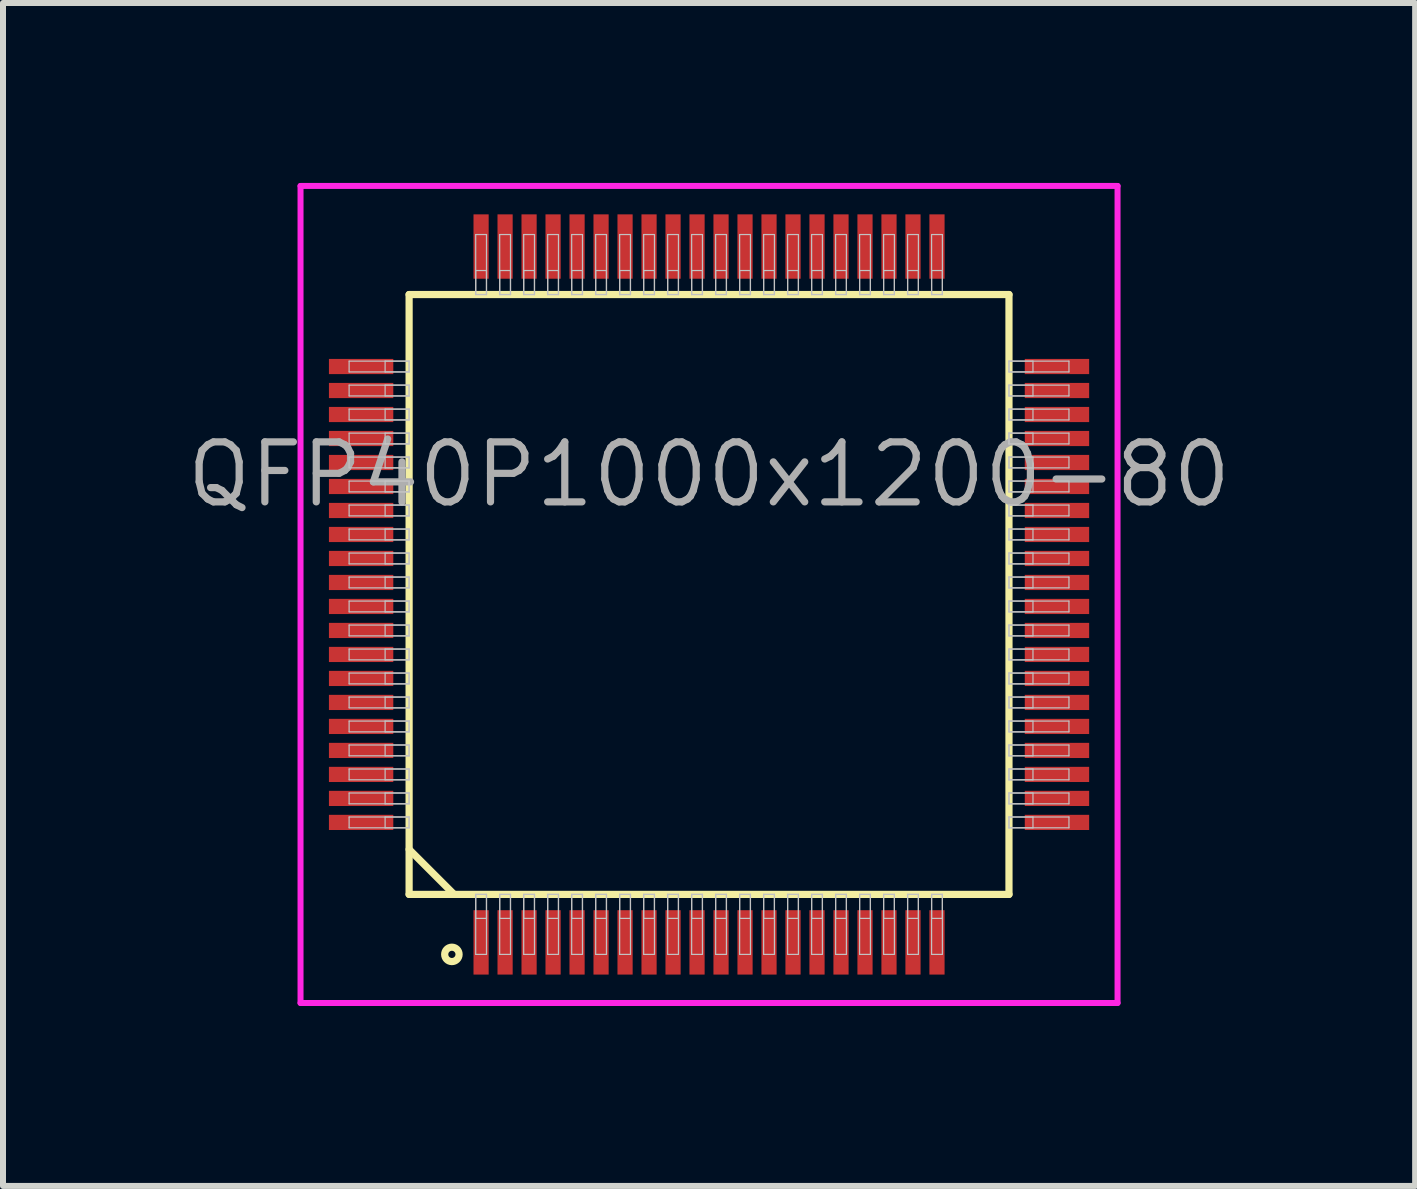
<source format=kicad_pcb>
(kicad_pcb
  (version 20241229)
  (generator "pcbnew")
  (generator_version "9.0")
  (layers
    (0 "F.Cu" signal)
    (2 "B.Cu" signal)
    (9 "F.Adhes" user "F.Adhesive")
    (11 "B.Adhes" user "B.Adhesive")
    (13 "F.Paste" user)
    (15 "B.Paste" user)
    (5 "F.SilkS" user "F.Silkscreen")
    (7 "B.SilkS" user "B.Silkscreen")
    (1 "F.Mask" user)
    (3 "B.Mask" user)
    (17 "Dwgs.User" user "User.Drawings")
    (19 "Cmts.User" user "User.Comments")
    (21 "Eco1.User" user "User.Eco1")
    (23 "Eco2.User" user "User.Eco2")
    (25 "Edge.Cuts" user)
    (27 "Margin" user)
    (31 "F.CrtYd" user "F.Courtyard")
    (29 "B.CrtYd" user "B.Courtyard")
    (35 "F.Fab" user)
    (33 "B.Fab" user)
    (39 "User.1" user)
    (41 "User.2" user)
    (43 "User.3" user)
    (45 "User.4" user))
  (footprint "QFP40P1000x1200-80"
    (layer "F.Cu")
    (at 8.77 6.86)
    (property "Reference" "QFP40P1000x1200-80" (at 0 -2 0) (layer "F.Fab") (effects (font (size 1 1) (thickness 0.12))))
    (attr through_hole)
    (fp_line (start -5 -5) (end -5 5) (stroke (width 0.12) (type solid)) (layer "F.SilkS"))
    (fp_line (start -5 4.25) (end -4.25 5) (stroke (width 0.12) (type solid)) (layer "F.SilkS"))
    (fp_line (start -5 5) (end 5 5) (stroke (width 0.12) (type solid)) (layer "F.SilkS"))
    (fp_line (start 5 -5) (end -5 -5) (stroke (width 0.12) (type solid)) (layer "F.SilkS"))
    (fp_line (start 5 5) (end 5 -5) (stroke (width 0.12) (type solid)) (layer "F.SilkS"))
    (fp_circle (center -4.287 6) (end -4.167 6) (stroke (width 0.12) (type solid)) (fill no) (layer "F.SilkS"))
    (fp_line (start -6 -3.89) (end -6 -3.71) (stroke (width 0.02) (type solid)) (layer "Dwgs.User"))
    (fp_line (start -6 -3.71) (end -5 -3.71) (stroke (width 0.02) (type solid)) (layer "Dwgs.User"))
    (fp_line (start -6 -3.49) (end -6 -3.31) (stroke (width 0.02) (type solid)) (layer "Dwgs.User"))
    (fp_line (start -6 -3.31) (end -5 -3.31) (stroke (width 0.02) (type solid)) (layer "Dwgs.User"))
    (fp_line (start -6 -3.09) (end -6 -2.91) (stroke (width 0.02) (type solid)) (layer "Dwgs.User"))
    (fp_line (start -6 -2.91) (end -5 -2.91) (stroke (width 0.02) (type solid)) (layer "Dwgs.User"))
    (fp_line (start -6 -2.69) (end -6 -2.51) (stroke (width 0.02) (type solid)) (layer "Dwgs.User"))
    (fp_line (start -6 -2.51) (end -5 -2.51) (stroke (width 0.02) (type solid)) (layer "Dwgs.User"))
    (fp_line (start -6 -2.29) (end -6 -2.11) (stroke (width 0.02) (type solid)) (layer "Dwgs.User"))
    (fp_line (start -6 -2.11) (end -5 -2.11) (stroke (width 0.02) (type solid)) (layer "Dwgs.User"))
    (fp_line (start -6 -1.89) (end -6 -1.71) (stroke (width 0.02) (type solid)) (layer "Dwgs.User"))
    (fp_line (start -6 -1.71) (end -5 -1.71) (stroke (width 0.02) (type solid)) (layer "Dwgs.User"))
    (fp_line (start -6 -1.49) (end -6 -1.31) (stroke (width 0.02) (type solid)) (layer "Dwgs.User"))
    (fp_line (start -6 -1.31) (end -5 -1.31) (stroke (width 0.02) (type solid)) (layer "Dwgs.User"))
    (fp_line (start -6 -1.09) (end -6 -0.91) (stroke (width 0.02) (type solid)) (layer "Dwgs.User"))
    (fp_line (start -6 -0.91) (end -5 -0.91) (stroke (width 0.02) (type solid)) (layer "Dwgs.User"))
    (fp_line (start -6 -0.69) (end -6 -0.51) (stroke (width 0.02) (type solid)) (layer "Dwgs.User"))
    (fp_line (start -6 -0.51) (end -5 -0.51) (stroke (width 0.02) (type solid)) (layer "Dwgs.User"))
    (fp_line (start -6 -0.29) (end -6 -0.11) (stroke (width 0.02) (type solid)) (layer "Dwgs.User"))
    (fp_line (start -6 -0.11) (end -5 -0.11) (stroke (width 0.02) (type solid)) (layer "Dwgs.User"))
    (fp_line (start -6 0.11) (end -6 0.29) (stroke (width 0.02) (type solid)) (layer "Dwgs.User"))
    (fp_line (start -6 0.29) (end -5 0.29) (stroke (width 0.02) (type solid)) (layer "Dwgs.User"))
    (fp_line (start -6 0.51) (end -6 0.69) (stroke (width 0.02) (type solid)) (layer "Dwgs.User"))
    (fp_line (start -6 0.69) (end -5 0.69) (stroke (width 0.02) (type solid)) (layer "Dwgs.User"))
    (fp_line (start -6 0.91) (end -6 1.09) (stroke (width 0.02) (type solid)) (layer "Dwgs.User"))
    (fp_line (start -6 1.09) (end -5 1.09) (stroke (width 0.02) (type solid)) (layer "Dwgs.User"))
    (fp_line (start -6 1.31) (end -6 1.49) (stroke (width 0.02) (type solid)) (layer "Dwgs.User"))
    (fp_line (start -6 1.49) (end -5 1.49) (stroke (width 0.02) (type solid)) (layer "Dwgs.User"))
    (fp_line (start -6 1.71) (end -6 1.89) (stroke (width 0.02) (type solid)) (layer "Dwgs.User"))
    (fp_line (start -6 1.89) (end -5 1.89) (stroke (width 0.02) (type solid)) (layer "Dwgs.User"))
    (fp_line (start -6 2.11) (end -6 2.29) (stroke (width 0.02) (type solid)) (layer "Dwgs.User"))
    (fp_line (start -6 2.29) (end -5 2.29) (stroke (width 0.02) (type solid)) (layer "Dwgs.User"))
    (fp_line (start -6 2.51) (end -6 2.69) (stroke (width 0.02) (type solid)) (layer "Dwgs.User"))
    (fp_line (start -6 2.69) (end -5 2.69) (stroke (width 0.02) (type solid)) (layer "Dwgs.User"))
    (fp_line (start -6 2.91) (end -6 3.09) (stroke (width 0.02) (type solid)) (layer "Dwgs.User"))
    (fp_line (start -6 3.09) (end -5 3.09) (stroke (width 0.02) (type solid)) (layer "Dwgs.User"))
    (fp_line (start -6 3.31) (end -6 3.49) (stroke (width 0.02) (type solid)) (layer "Dwgs.User"))
    (fp_line (start -6 3.49) (end -5 3.49) (stroke (width 0.02) (type solid)) (layer "Dwgs.User"))
    (fp_line (start -6 3.71) (end -6 3.89) (stroke (width 0.02) (type solid)) (layer "Dwgs.User"))
    (fp_line (start -6 3.89) (end -5 3.89) (stroke (width 0.02) (type solid)) (layer "Dwgs.User"))
    (fp_line (start -5.4 -3.89) (end -5.4 -3.71) (stroke (width 0.02) (type solid)) (layer "Dwgs.User"))
    (fp_line (start -5.4 -3.71) (end -5 -3.71) (stroke (width 0.02) (type solid)) (layer "Dwgs.User"))
    (fp_line (start -5.4 -3.49) (end -5.4 -3.31) (stroke (width 0.02) (type solid)) (layer "Dwgs.User"))
    (fp_line (start -5.4 -3.31) (end -5 -3.31) (stroke (width 0.02) (type solid)) (layer "Dwgs.User"))
    (fp_line (start -5.4 -3.09) (end -5.4 -2.91) (stroke (width 0.02) (type solid)) (layer "Dwgs.User"))
    (fp_line (start -5.4 -2.91) (end -5 -2.91) (stroke (width 0.02) (type solid)) (layer "Dwgs.User"))
    (fp_line (start -5.4 -2.69) (end -5.4 -2.51) (stroke (width 0.02) (type solid)) (layer "Dwgs.User"))
    (fp_line (start -5.4 -2.51) (end -5 -2.51) (stroke (width 0.02) (type solid)) (layer "Dwgs.User"))
    (fp_line (start -5.4 -2.29) (end -5.4 -2.11) (stroke (width 0.02) (type solid)) (layer "Dwgs.User"))
    (fp_line (start -5.4 -2.11) (end -5 -2.11) (stroke (width 0.02) (type solid)) (layer "Dwgs.User"))
    (fp_line (start -5.4 -1.89) (end -5.4 -1.71) (stroke (width 0.02) (type solid)) (layer "Dwgs.User"))
    (fp_line (start -5.4 -1.71) (end -5 -1.71) (stroke (width 0.02) (type solid)) (layer "Dwgs.User"))
    (fp_line (start -5.4 -1.49) (end -5.4 -1.31) (stroke (width 0.02) (type solid)) (layer "Dwgs.User"))
    (fp_line (start -5.4 -1.31) (end -5 -1.31) (stroke (width 0.02) (type solid)) (layer "Dwgs.User"))
    (fp_line (start -5.4 -1.09) (end -5.4 -0.91) (stroke (width 0.02) (type solid)) (layer "Dwgs.User"))
    (fp_line (start -5.4 -0.91) (end -5 -0.91) (stroke (width 0.02) (type solid)) (layer "Dwgs.User"))
    (fp_line (start -5.4 -0.69) (end -5.4 -0.51) (stroke (width 0.02) (type solid)) (layer "Dwgs.User"))
    (fp_line (start -5.4 -0.51) (end -5 -0.51) (stroke (width 0.02) (type solid)) (layer "Dwgs.User"))
    (fp_line (start -5.4 -0.29) (end -5.4 -0.11) (stroke (width 0.02) (type solid)) (layer "Dwgs.User"))
    (fp_line (start -5.4 -0.11) (end -5 -0.11) (stroke (width 0.02) (type solid)) (layer "Dwgs.User"))
    (fp_line (start -5.4 0.11) (end -5.4 0.29) (stroke (width 0.02) (type solid)) (layer "Dwgs.User"))
    (fp_line (start -5.4 0.29) (end -5 0.29) (stroke (width 0.02) (type solid)) (layer "Dwgs.User"))
    (fp_line (start -5.4 0.51) (end -5.4 0.69) (stroke (width 0.02) (type solid)) (layer "Dwgs.User"))
    (fp_line (start -5.4 0.69) (end -5 0.69) (stroke (width 0.02) (type solid)) (layer "Dwgs.User"))
    (fp_line (start -5.4 0.91) (end -5.4 1.09) (stroke (width 0.02) (type solid)) (layer "Dwgs.User"))
    (fp_line (start -5.4 1.09) (end -5 1.09) (stroke (width 0.02) (type solid)) (layer "Dwgs.User"))
    (fp_line (start -5.4 1.31) (end -5.4 1.49) (stroke (width 0.02) (type solid)) (layer "Dwgs.User"))
    (fp_line (start -5.4 1.49) (end -5 1.49) (stroke (width 0.02) (type solid)) (layer "Dwgs.User"))
    (fp_line (start -5.4 1.71) (end -5.4 1.89) (stroke (width 0.02) (type solid)) (layer "Dwgs.User"))
    (fp_line (start -5.4 1.89) (end -5 1.89) (stroke (width 0.02) (type solid)) (layer "Dwgs.User"))
    (fp_line (start -5.4 2.11) (end -5.4 2.29) (stroke (width 0.02) (type solid)) (layer "Dwgs.User"))
    (fp_line (start -5.4 2.29) (end -5 2.29) (stroke (width 0.02) (type solid)) (layer "Dwgs.User"))
    (fp_line (start -5.4 2.51) (end -5.4 2.69) (stroke (width 0.02) (type solid)) (layer "Dwgs.User"))
    (fp_line (start -5.4 2.69) (end -5 2.69) (stroke (width 0.02) (type solid)) (layer "Dwgs.User"))
    (fp_line (start -5.4 2.91) (end -5.4 3.09) (stroke (width 0.02) (type solid)) (layer "Dwgs.User"))
    (fp_line (start -5.4 3.09) (end -5 3.09) (stroke (width 0.02) (type solid)) (layer "Dwgs.User"))
    (fp_line (start -5.4 3.31) (end -5.4 3.49) (stroke (width 0.02) (type solid)) (layer "Dwgs.User"))
    (fp_line (start -5.4 3.49) (end -5 3.49) (stroke (width 0.02) (type solid)) (layer "Dwgs.User"))
    (fp_line (start -5.4 3.71) (end -5.4 3.89) (stroke (width 0.02) (type solid)) (layer "Dwgs.User"))
    (fp_line (start -5.4 3.89) (end -5 3.89) (stroke (width 0.02) (type solid)) (layer "Dwgs.User"))
    (fp_line (start -5 -3.89) (end -6 -3.89) (stroke (width 0.02) (type solid)) (layer "Dwgs.User"))
    (fp_line (start -5 -3.89) (end -5.4 -3.89) (stroke (width 0.02) (type solid)) (layer "Dwgs.User"))
    (fp_line (start -5 -3.71) (end -5 -3.89) (stroke (width 0.02) (type solid)) (layer "Dwgs.User"))
    (fp_line (start -5 -3.71) (end -5 -3.89) (stroke (width 0.02) (type solid)) (layer "Dwgs.User"))
    (fp_line (start -5 -3.49) (end -6 -3.49) (stroke (width 0.02) (type solid)) (layer "Dwgs.User"))
    (fp_line (start -5 -3.49) (end -5.4 -3.49) (stroke (width 0.02) (type solid)) (layer "Dwgs.User"))
    (fp_line (start -5 -3.31) (end -5 -3.49) (stroke (width 0.02) (type solid)) (layer "Dwgs.User"))
    (fp_line (start -5 -3.31) (end -5 -3.49) (stroke (width 0.02) (type solid)) (layer "Dwgs.User"))
    (fp_line (start -5 -3.09) (end -6 -3.09) (stroke (width 0.02) (type solid)) (layer "Dwgs.User"))
    (fp_line (start -5 -3.09) (end -5.4 -3.09) (stroke (width 0.02) (type solid)) (layer "Dwgs.User"))
    (fp_line (start -5 -2.91) (end -5 -3.09) (stroke (width 0.02) (type solid)) (layer "Dwgs.User"))
    (fp_line (start -5 -2.91) (end -5 -3.09) (stroke (width 0.02) (type solid)) (layer "Dwgs.User"))
    (fp_line (start -5 -2.69) (end -6 -2.69) (stroke (width 0.02) (type solid)) (layer "Dwgs.User"))
    (fp_line (start -5 -2.69) (end -5.4 -2.69) (stroke (width 0.02) (type solid)) (layer "Dwgs.User"))
    (fp_line (start -5 -2.51) (end -5 -2.69) (stroke (width 0.02) (type solid)) (layer "Dwgs.User"))
    (fp_line (start -5 -2.51) (end -5 -2.69) (stroke (width 0.02) (type solid)) (layer "Dwgs.User"))
    (fp_line (start -5 -2.29) (end -6 -2.29) (stroke (width 0.02) (type solid)) (layer "Dwgs.User"))
    (fp_line (start -5 -2.29) (end -5.4 -2.29) (stroke (width 0.02) (type solid)) (layer "Dwgs.User"))
    (fp_line (start -5 -2.11) (end -5 -2.29) (stroke (width 0.02) (type solid)) (layer "Dwgs.User"))
    (fp_line (start -5 -2.11) (end -5 -2.29) (stroke (width 0.02) (type solid)) (layer "Dwgs.User"))
    (fp_line (start -5 -1.89) (end -6 -1.89) (stroke (width 0.02) (type solid)) (layer "Dwgs.User"))
    (fp_line (start -5 -1.89) (end -5.4 -1.89) (stroke (width 0.02) (type solid)) (layer "Dwgs.User"))
    (fp_line (start -5 -1.71) (end -5 -1.89) (stroke (width 0.02) (type solid)) (layer "Dwgs.User"))
    (fp_line (start -5 -1.71) (end -5 -1.89) (stroke (width 0.02) (type solid)) (layer "Dwgs.User"))
    (fp_line (start -5 -1.49) (end -6 -1.49) (stroke (width 0.02) (type solid)) (layer "Dwgs.User"))
    (fp_line (start -5 -1.49) (end -5.4 -1.49) (stroke (width 0.02) (type solid)) (layer "Dwgs.User"))
    (fp_line (start -5 -1.31) (end -5 -1.49) (stroke (width 0.02) (type solid)) (layer "Dwgs.User"))
    (fp_line (start -5 -1.31) (end -5 -1.49) (stroke (width 0.02) (type solid)) (layer "Dwgs.User"))
    (fp_line (start -5 -1.09) (end -6 -1.09) (stroke (width 0.02) (type solid)) (layer "Dwgs.User"))
    (fp_line (start -5 -1.09) (end -5.4 -1.09) (stroke (width 0.02) (type solid)) (layer "Dwgs.User"))
    (fp_line (start -5 -0.91) (end -5 -1.09) (stroke (width 0.02) (type solid)) (layer "Dwgs.User"))
    (fp_line (start -5 -0.91) (end -5 -1.09) (stroke (width 0.02) (type solid)) (layer "Dwgs.User"))
    (fp_line (start -5 -0.69) (end -6 -0.69) (stroke (width 0.02) (type solid)) (layer "Dwgs.User"))
    (fp_line (start -5 -0.69) (end -5.4 -0.69) (stroke (width 0.02) (type solid)) (layer "Dwgs.User"))
    (fp_line (start -5 -0.51) (end -5 -0.69) (stroke (width 0.02) (type solid)) (layer "Dwgs.User"))
    (fp_line (start -5 -0.51) (end -5 -0.69) (stroke (width 0.02) (type solid)) (layer "Dwgs.User"))
    (fp_line (start -5 -0.29) (end -6 -0.29) (stroke (width 0.02) (type solid)) (layer "Dwgs.User"))
    (fp_line (start -5 -0.29) (end -5.4 -0.29) (stroke (width 0.02) (type solid)) (layer "Dwgs.User"))
    (fp_line (start -5 -0.11) (end -5 -0.29) (stroke (width 0.02) (type solid)) (layer "Dwgs.User"))
    (fp_line (start -5 -0.11) (end -5 -0.29) (stroke (width 0.02) (type solid)) (layer "Dwgs.User"))
    (fp_line (start -5 0.11) (end -6 0.11) (stroke (width 0.02) (type solid)) (layer "Dwgs.User"))
    (fp_line (start -5 0.11) (end -5.4 0.11) (stroke (width 0.02) (type solid)) (layer "Dwgs.User"))
    (fp_line (start -5 0.29) (end -5 0.11) (stroke (width 0.02) (type solid)) (layer "Dwgs.User"))
    (fp_line (start -5 0.29) (end -5 0.11) (stroke (width 0.02) (type solid)) (layer "Dwgs.User"))
    (fp_line (start -5 0.51) (end -6 0.51) (stroke (width 0.02) (type solid)) (layer "Dwgs.User"))
    (fp_line (start -5 0.51) (end -5.4 0.51) (stroke (width 0.02) (type solid)) (layer "Dwgs.User"))
    (fp_line (start -5 0.69) (end -5 0.51) (stroke (width 0.02) (type solid)) (layer "Dwgs.User"))
    (fp_line (start -5 0.69) (end -5 0.51) (stroke (width 0.02) (type solid)) (layer "Dwgs.User"))
    (fp_line (start -5 0.91) (end -6 0.91) (stroke (width 0.02) (type solid)) (layer "Dwgs.User"))
    (fp_line (start -5 0.91) (end -5.4 0.91) (stroke (width 0.02) (type solid)) (layer "Dwgs.User"))
    (fp_line (start -5 1.09) (end -5 0.91) (stroke (width 0.02) (type solid)) (layer "Dwgs.User"))
    (fp_line (start -5 1.09) (end -5 0.91) (stroke (width 0.02) (type solid)) (layer "Dwgs.User"))
    (fp_line (start -5 1.31) (end -6 1.31) (stroke (width 0.02) (type solid)) (layer "Dwgs.User"))
    (fp_line (start -5 1.31) (end -5.4 1.31) (stroke (width 0.02) (type solid)) (layer "Dwgs.User"))
    (fp_line (start -5 1.49) (end -5 1.31) (stroke (width 0.02) (type solid)) (layer "Dwgs.User"))
    (fp_line (start -5 1.49) (end -5 1.31) (stroke (width 0.02) (type solid)) (layer "Dwgs.User"))
    (fp_line (start -5 1.71) (end -6 1.71) (stroke (width 0.02) (type solid)) (layer "Dwgs.User"))
    (fp_line (start -5 1.71) (end -5.4 1.71) (stroke (width 0.02) (type solid)) (layer "Dwgs.User"))
    (fp_line (start -5 1.89) (end -5 1.71) (stroke (width 0.02) (type solid)) (layer "Dwgs.User"))
    (fp_line (start -5 1.89) (end -5 1.71) (stroke (width 0.02) (type solid)) (layer "Dwgs.User"))
    (fp_line (start -5 2.11) (end -6 2.11) (stroke (width 0.02) (type solid)) (layer "Dwgs.User"))
    (fp_line (start -5 2.11) (end -5.4 2.11) (stroke (width 0.02) (type solid)) (layer "Dwgs.User"))
    (fp_line (start -5 2.29) (end -5 2.11) (stroke (width 0.02) (type solid)) (layer "Dwgs.User"))
    (fp_line (start -5 2.29) (end -5 2.11) (stroke (width 0.02) (type solid)) (layer "Dwgs.User"))
    (fp_line (start -5 2.51) (end -6 2.51) (stroke (width 0.02) (type solid)) (layer "Dwgs.User"))
    (fp_line (start -5 2.51) (end -5.4 2.51) (stroke (width 0.02) (type solid)) (layer "Dwgs.User"))
    (fp_line (start -5 2.69) (end -5 2.51) (stroke (width 0.02) (type solid)) (layer "Dwgs.User"))
    (fp_line (start -5 2.69) (end -5 2.51) (stroke (width 0.02) (type solid)) (layer "Dwgs.User"))
    (fp_line (start -5 2.91) (end -6 2.91) (stroke (width 0.02) (type solid)) (layer "Dwgs.User"))
    (fp_line (start -5 2.91) (end -5.4 2.91) (stroke (width 0.02) (type solid)) (layer "Dwgs.User"))
    (fp_line (start -5 3.09) (end -5 2.91) (stroke (width 0.02) (type solid)) (layer "Dwgs.User"))
    (fp_line (start -5 3.09) (end -5 2.91) (stroke (width 0.02) (type solid)) (layer "Dwgs.User"))
    (fp_line (start -5 3.31) (end -6 3.31) (stroke (width 0.02) (type solid)) (layer "Dwgs.User"))
    (fp_line (start -5 3.31) (end -5.4 3.31) (stroke (width 0.02) (type solid)) (layer "Dwgs.User"))
    (fp_line (start -5 3.49) (end -5 3.31) (stroke (width 0.02) (type solid)) (layer "Dwgs.User"))
    (fp_line (start -5 3.49) (end -5 3.31) (stroke (width 0.02) (type solid)) (layer "Dwgs.User"))
    (fp_line (start -5 3.71) (end -6 3.71) (stroke (width 0.02) (type solid)) (layer "Dwgs.User"))
    (fp_line (start -5 3.71) (end -5.4 3.71) (stroke (width 0.02) (type solid)) (layer "Dwgs.User"))
    (fp_line (start -5 3.89) (end -5 3.71) (stroke (width 0.02) (type solid)) (layer "Dwgs.User"))
    (fp_line (start -5 3.89) (end -5 3.71) (stroke (width 0.02) (type solid)) (layer "Dwgs.User"))
    (fp_line (start -3.89 -6) (end -3.89 -5) (stroke (width 0.02) (type solid)) (layer "Dwgs.User"))
    (fp_line (start -3.89 -5.4) (end -3.89 -5) (stroke (width 0.02) (type solid)) (layer "Dwgs.User"))
    (fp_line (start -3.89 -5) (end -3.71 -5) (stroke (width 0.02) (type solid)) (layer "Dwgs.User"))
    (fp_line (start -3.89 -5) (end -3.71 -5) (stroke (width 0.02) (type solid)) (layer "Dwgs.User"))
    (fp_line (start -3.89 5) (end -3.71 5) (stroke (width 0.02) (type solid)) (layer "Dwgs.User"))
    (fp_line (start -3.89 5) (end -3.71 5) (stroke (width 0.02) (type solid)) (layer "Dwgs.User"))
    (fp_line (start -3.89 5.4) (end -3.89 5) (stroke (width 0.02) (type solid)) (layer "Dwgs.User"))
    (fp_line (start -3.89 6) (end -3.89 5) (stroke (width 0.02) (type solid)) (layer "Dwgs.User"))
    (fp_line (start -3.71 -6) (end -3.89 -6) (stroke (width 0.02) (type solid)) (layer "Dwgs.User"))
    (fp_line (start -3.71 -5.4) (end -3.89 -5.4) (stroke (width 0.02) (type solid)) (layer "Dwgs.User"))
    (fp_line (start -3.71 -5) (end -3.71 -6) (stroke (width 0.02) (type solid)) (layer "Dwgs.User"))
    (fp_line (start -3.71 -5) (end -3.71 -5.4) (stroke (width 0.02) (type solid)) (layer "Dwgs.User"))
    (fp_line (start -3.71 5) (end -3.71 5.4) (stroke (width 0.02) (type solid)) (layer "Dwgs.User"))
    (fp_line (start -3.71 5) (end -3.71 6) (stroke (width 0.02) (type solid)) (layer "Dwgs.User"))
    (fp_line (start -3.71 5.4) (end -3.89 5.4) (stroke (width 0.02) (type solid)) (layer "Dwgs.User"))
    (fp_line (start -3.71 6) (end -3.89 6) (stroke (width 0.02) (type solid)) (layer "Dwgs.User"))
    (fp_line (start -3.49 -6) (end -3.49 -5) (stroke (width 0.02) (type solid)) (layer "Dwgs.User"))
    (fp_line (start -3.49 -5.4) (end -3.49 -5) (stroke (width 0.02) (type solid)) (layer "Dwgs.User"))
    (fp_line (start -3.49 -5) (end -3.31 -5) (stroke (width 0.02) (type solid)) (layer "Dwgs.User"))
    (fp_line (start -3.49 -5) (end -3.31 -5) (stroke (width 0.02) (type solid)) (layer "Dwgs.User"))
    (fp_line (start -3.49 5) (end -3.31 5) (stroke (width 0.02) (type solid)) (layer "Dwgs.User"))
    (fp_line (start -3.49 5) (end -3.31 5) (stroke (width 0.02) (type solid)) (layer "Dwgs.User"))
    (fp_line (start -3.49 5.4) (end -3.49 5) (stroke (width 0.02) (type solid)) (layer "Dwgs.User"))
    (fp_line (start -3.49 6) (end -3.49 5) (stroke (width 0.02) (type solid)) (layer "Dwgs.User"))
    (fp_line (start -3.31 -6) (end -3.49 -6) (stroke (width 0.02) (type solid)) (layer "Dwgs.User"))
    (fp_line (start -3.31 -5.4) (end -3.49 -5.4) (stroke (width 0.02) (type solid)) (layer "Dwgs.User"))
    (fp_line (start -3.31 -5) (end -3.31 -6) (stroke (width 0.02) (type solid)) (layer "Dwgs.User"))
    (fp_line (start -3.31 -5) (end -3.31 -5.4) (stroke (width 0.02) (type solid)) (layer "Dwgs.User"))
    (fp_line (start -3.31 5) (end -3.31 5.4) (stroke (width 0.02) (type solid)) (layer "Dwgs.User"))
    (fp_line (start -3.31 5) (end -3.31 6) (stroke (width 0.02) (type solid)) (layer "Dwgs.User"))
    (fp_line (start -3.31 5.4) (end -3.49 5.4) (stroke (width 0.02) (type solid)) (layer "Dwgs.User"))
    (fp_line (start -3.31 6) (end -3.49 6) (stroke (width 0.02) (type solid)) (layer "Dwgs.User"))
    (fp_line (start -3.09 -6) (end -3.09 -5) (stroke (width 0.02) (type solid)) (layer "Dwgs.User"))
    (fp_line (start -3.09 -5.4) (end -3.09 -5) (stroke (width 0.02) (type solid)) (layer "Dwgs.User"))
    (fp_line (start -3.09 -5) (end -2.91 -5) (stroke (width 0.02) (type solid)) (layer "Dwgs.User"))
    (fp_line (start -3.09 -5) (end -2.91 -5) (stroke (width 0.02) (type solid)) (layer "Dwgs.User"))
    (fp_line (start -3.09 5) (end -2.91 5) (stroke (width 0.02) (type solid)) (layer "Dwgs.User"))
    (fp_line (start -3.09 5) (end -2.91 5) (stroke (width 0.02) (type solid)) (layer "Dwgs.User"))
    (fp_line (start -3.09 5.4) (end -3.09 5) (stroke (width 0.02) (type solid)) (layer "Dwgs.User"))
    (fp_line (start -3.09 6) (end -3.09 5) (stroke (width 0.02) (type solid)) (layer "Dwgs.User"))
    (fp_line (start -2.91 -6) (end -3.09 -6) (stroke (width 0.02) (type solid)) (layer "Dwgs.User"))
    (fp_line (start -2.91 -5.4) (end -3.09 -5.4) (stroke (width 0.02) (type solid)) (layer "Dwgs.User"))
    (fp_line (start -2.91 -5) (end -2.91 -6) (stroke (width 0.02) (type solid)) (layer "Dwgs.User"))
    (fp_line (start -2.91 -5) (end -2.91 -5.4) (stroke (width 0.02) (type solid)) (layer "Dwgs.User"))
    (fp_line (start -2.91 5) (end -2.91 5.4) (stroke (width 0.02) (type solid)) (layer "Dwgs.User"))
    (fp_line (start -2.91 5) (end -2.91 6) (stroke (width 0.02) (type solid)) (layer "Dwgs.User"))
    (fp_line (start -2.91 5.4) (end -3.09 5.4) (stroke (width 0.02) (type solid)) (layer "Dwgs.User"))
    (fp_line (start -2.91 6) (end -3.09 6) (stroke (width 0.02) (type solid)) (layer "Dwgs.User"))
    (fp_line (start -2.69 -6) (end -2.69 -5) (stroke (width 0.02) (type solid)) (layer "Dwgs.User"))
    (fp_line (start -2.69 -5.4) (end -2.69 -5) (stroke (width 0.02) (type solid)) (layer "Dwgs.User"))
    (fp_line (start -2.69 -5) (end -2.51 -5) (stroke (width 0.02) (type solid)) (layer "Dwgs.User"))
    (fp_line (start -2.69 -5) (end -2.51 -5) (stroke (width 0.02) (type solid)) (layer "Dwgs.User"))
    (fp_line (start -2.69 5) (end -2.51 5) (stroke (width 0.02) (type solid)) (layer "Dwgs.User"))
    (fp_line (start -2.69 5) (end -2.51 5) (stroke (width 0.02) (type solid)) (layer "Dwgs.User"))
    (fp_line (start -2.69 5.4) (end -2.69 5) (stroke (width 0.02) (type solid)) (layer "Dwgs.User"))
    (fp_line (start -2.69 6) (end -2.69 5) (stroke (width 0.02) (type solid)) (layer "Dwgs.User"))
    (fp_line (start -2.51 -6) (end -2.69 -6) (stroke (width 0.02) (type solid)) (layer "Dwgs.User"))
    (fp_line (start -2.51 -5.4) (end -2.69 -5.4) (stroke (width 0.02) (type solid)) (layer "Dwgs.User"))
    (fp_line (start -2.51 -5) (end -2.51 -6) (stroke (width 0.02) (type solid)) (layer "Dwgs.User"))
    (fp_line (start -2.51 -5) (end -2.51 -5.4) (stroke (width 0.02) (type solid)) (layer "Dwgs.User"))
    (fp_line (start -2.51 5) (end -2.51 5.4) (stroke (width 0.02) (type solid)) (layer "Dwgs.User"))
    (fp_line (start -2.51 5) (end -2.51 6) (stroke (width 0.02) (type solid)) (layer "Dwgs.User"))
    (fp_line (start -2.51 5.4) (end -2.69 5.4) (stroke (width 0.02) (type solid)) (layer "Dwgs.User"))
    (fp_line (start -2.51 6) (end -2.69 6) (stroke (width 0.02) (type solid)) (layer "Dwgs.User"))
    (fp_line (start -2.29 -6) (end -2.29 -5) (stroke (width 0.02) (type solid)) (layer "Dwgs.User"))
    (fp_line (start -2.29 -5.4) (end -2.29 -5) (stroke (width 0.02) (type solid)) (layer "Dwgs.User"))
    (fp_line (start -2.29 -5) (end -2.11 -5) (stroke (width 0.02) (type solid)) (layer "Dwgs.User"))
    (fp_line (start -2.29 -5) (end -2.11 -5) (stroke (width 0.02) (type solid)) (layer "Dwgs.User"))
    (fp_line (start -2.29 5) (end -2.11 5) (stroke (width 0.02) (type solid)) (layer "Dwgs.User"))
    (fp_line (start -2.29 5) (end -2.11 5) (stroke (width 0.02) (type solid)) (layer "Dwgs.User"))
    (fp_line (start -2.29 5.4) (end -2.29 5) (stroke (width 0.02) (type solid)) (layer "Dwgs.User"))
    (fp_line (start -2.29 6) (end -2.29 5) (stroke (width 0.02) (type solid)) (layer "Dwgs.User"))
    (fp_line (start -2.11 -6) (end -2.29 -6) (stroke (width 0.02) (type solid)) (layer "Dwgs.User"))
    (fp_line (start -2.11 -5.4) (end -2.29 -5.4) (stroke (width 0.02) (type solid)) (layer "Dwgs.User"))
    (fp_line (start -2.11 -5) (end -2.11 -6) (stroke (width 0.02) (type solid)) (layer "Dwgs.User"))
    (fp_line (start -2.11 -5) (end -2.11 -5.4) (stroke (width 0.02) (type solid)) (layer "Dwgs.User"))
    (fp_line (start -2.11 5) (end -2.11 5.4) (stroke (width 0.02) (type solid)) (layer "Dwgs.User"))
    (fp_line (start -2.11 5) (end -2.11 6) (stroke (width 0.02) (type solid)) (layer "Dwgs.User"))
    (fp_line (start -2.11 5.4) (end -2.29 5.4) (stroke (width 0.02) (type solid)) (layer "Dwgs.User"))
    (fp_line (start -2.11 6) (end -2.29 6) (stroke (width 0.02) (type solid)) (layer "Dwgs.User"))
    (fp_line (start -1.89 -6) (end -1.89 -5) (stroke (width 0.02) (type solid)) (layer "Dwgs.User"))
    (fp_line (start -1.89 -5.4) (end -1.89 -5) (stroke (width 0.02) (type solid)) (layer "Dwgs.User"))
    (fp_line (start -1.89 -5) (end -1.71 -5) (stroke (width 0.02) (type solid)) (layer "Dwgs.User"))
    (fp_line (start -1.89 -5) (end -1.71 -5) (stroke (width 0.02) (type solid)) (layer "Dwgs.User"))
    (fp_line (start -1.89 5) (end -1.71 5) (stroke (width 0.02) (type solid)) (layer "Dwgs.User"))
    (fp_line (start -1.89 5) (end -1.71 5) (stroke (width 0.02) (type solid)) (layer "Dwgs.User"))
    (fp_line (start -1.89 5.4) (end -1.89 5) (stroke (width 0.02) (type solid)) (layer "Dwgs.User"))
    (fp_line (start -1.89 6) (end -1.89 5) (stroke (width 0.02) (type solid)) (layer "Dwgs.User"))
    (fp_line (start -1.71 -6) (end -1.89 -6) (stroke (width 0.02) (type solid)) (layer "Dwgs.User"))
    (fp_line (start -1.71 -5.4) (end -1.89 -5.4) (stroke (width 0.02) (type solid)) (layer "Dwgs.User"))
    (fp_line (start -1.71 -5) (end -1.71 -6) (stroke (width 0.02) (type solid)) (layer "Dwgs.User"))
    (fp_line (start -1.71 -5) (end -1.71 -5.4) (stroke (width 0.02) (type solid)) (layer "Dwgs.User"))
    (fp_line (start -1.71 5) (end -1.71 5.4) (stroke (width 0.02) (type solid)) (layer "Dwgs.User"))
    (fp_line (start -1.71 5) (end -1.71 6) (stroke (width 0.02) (type solid)) (layer "Dwgs.User"))
    (fp_line (start -1.71 5.4) (end -1.89 5.4) (stroke (width 0.02) (type solid)) (layer "Dwgs.User"))
    (fp_line (start -1.71 6) (end -1.89 6) (stroke (width 0.02) (type solid)) (layer "Dwgs.User"))
    (fp_line (start -1.49 -6) (end -1.49 -5) (stroke (width 0.02) (type solid)) (layer "Dwgs.User"))
    (fp_line (start -1.49 -5.4) (end -1.49 -5) (stroke (width 0.02) (type solid)) (layer "Dwgs.User"))
    (fp_line (start -1.49 -5) (end -1.31 -5) (stroke (width 0.02) (type solid)) (layer "Dwgs.User"))
    (fp_line (start -1.49 -5) (end -1.31 -5) (stroke (width 0.02) (type solid)) (layer "Dwgs.User"))
    (fp_line (start -1.49 5) (end -1.31 5) (stroke (width 0.02) (type solid)) (layer "Dwgs.User"))
    (fp_line (start -1.49 5) (end -1.31 5) (stroke (width 0.02) (type solid)) (layer "Dwgs.User"))
    (fp_line (start -1.49 5.4) (end -1.49 5) (stroke (width 0.02) (type solid)) (layer "Dwgs.User"))
    (fp_line (start -1.49 6) (end -1.49 5) (stroke (width 0.02) (type solid)) (layer "Dwgs.User"))
    (fp_line (start -1.31 -6) (end -1.49 -6) (stroke (width 0.02) (type solid)) (layer "Dwgs.User"))
    (fp_line (start -1.31 -5.4) (end -1.49 -5.4) (stroke (width 0.02) (type solid)) (layer "Dwgs.User"))
    (fp_line (start -1.31 -5) (end -1.31 -6) (stroke (width 0.02) (type solid)) (layer "Dwgs.User"))
    (fp_line (start -1.31 -5) (end -1.31 -5.4) (stroke (width 0.02) (type solid)) (layer "Dwgs.User"))
    (fp_line (start -1.31 5) (end -1.31 5.4) (stroke (width 0.02) (type solid)) (layer "Dwgs.User"))
    (fp_line (start -1.31 5) (end -1.31 6) (stroke (width 0.02) (type solid)) (layer "Dwgs.User"))
    (fp_line (start -1.31 5.4) (end -1.49 5.4) (stroke (width 0.02) (type solid)) (layer "Dwgs.User"))
    (fp_line (start -1.31 6) (end -1.49 6) (stroke (width 0.02) (type solid)) (layer "Dwgs.User"))
    (fp_line (start -1.09 -6) (end -1.09 -5) (stroke (width 0.02) (type solid)) (layer "Dwgs.User"))
    (fp_line (start -1.09 -5.4) (end -1.09 -5) (stroke (width 0.02) (type solid)) (layer "Dwgs.User"))
    (fp_line (start -1.09 -5) (end -0.91 -5) (stroke (width 0.02) (type solid)) (layer "Dwgs.User"))
    (fp_line (start -1.09 -5) (end -0.91 -5) (stroke (width 0.02) (type solid)) (layer "Dwgs.User"))
    (fp_line (start -1.09 5) (end -0.91 5) (stroke (width 0.02) (type solid)) (layer "Dwgs.User"))
    (fp_line (start -1.09 5) (end -0.91 5) (stroke (width 0.02) (type solid)) (layer "Dwgs.User"))
    (fp_line (start -1.09 5.4) (end -1.09 5) (stroke (width 0.02) (type solid)) (layer "Dwgs.User"))
    (fp_line (start -1.09 6) (end -1.09 5) (stroke (width 0.02) (type solid)) (layer "Dwgs.User"))
    (fp_line (start -0.91 -6) (end -1.09 -6) (stroke (width 0.02) (type solid)) (layer "Dwgs.User"))
    (fp_line (start -0.91 -5.4) (end -1.09 -5.4) (stroke (width 0.02) (type solid)) (layer "Dwgs.User"))
    (fp_line (start -0.91 -5) (end -0.91 -6) (stroke (width 0.02) (type solid)) (layer "Dwgs.User"))
    (fp_line (start -0.91 -5) (end -0.91 -5.4) (stroke (width 0.02) (type solid)) (layer "Dwgs.User"))
    (fp_line (start -0.91 5) (end -0.91 5.4) (stroke (width 0.02) (type solid)) (layer "Dwgs.User"))
    (fp_line (start -0.91 5) (end -0.91 6) (stroke (width 0.02) (type solid)) (layer "Dwgs.User"))
    (fp_line (start -0.91 5.4) (end -1.09 5.4) (stroke (width 0.02) (type solid)) (layer "Dwgs.User"))
    (fp_line (start -0.91 6) (end -1.09 6) (stroke (width 0.02) (type solid)) (layer "Dwgs.User"))
    (fp_line (start -0.69 -6) (end -0.69 -5) (stroke (width 0.02) (type solid)) (layer "Dwgs.User"))
    (fp_line (start -0.69 -5.4) (end -0.69 -5) (stroke (width 0.02) (type solid)) (layer "Dwgs.User"))
    (fp_line (start -0.69 -5) (end -0.51 -5) (stroke (width 0.02) (type solid)) (layer "Dwgs.User"))
    (fp_line (start -0.69 -5) (end -0.51 -5) (stroke (width 0.02) (type solid)) (layer "Dwgs.User"))
    (fp_line (start -0.69 5) (end -0.51 5) (stroke (width 0.02) (type solid)) (layer "Dwgs.User"))
    (fp_line (start -0.69 5) (end -0.51 5) (stroke (width 0.02) (type solid)) (layer "Dwgs.User"))
    (fp_line (start -0.69 5.4) (end -0.69 5) (stroke (width 0.02) (type solid)) (layer "Dwgs.User"))
    (fp_line (start -0.69 6) (end -0.69 5) (stroke (width 0.02) (type solid)) (layer "Dwgs.User"))
    (fp_line (start -0.51 -6) (end -0.69 -6) (stroke (width 0.02) (type solid)) (layer "Dwgs.User"))
    (fp_line (start -0.51 -5.4) (end -0.69 -5.4) (stroke (width 0.02) (type solid)) (layer "Dwgs.User"))
    (fp_line (start -0.51 -5) (end -0.51 -6) (stroke (width 0.02) (type solid)) (layer "Dwgs.User"))
    (fp_line (start -0.51 -5) (end -0.51 -5.4) (stroke (width 0.02) (type solid)) (layer "Dwgs.User"))
    (fp_line (start -0.51 5) (end -0.51 5.4) (stroke (width 0.02) (type solid)) (layer "Dwgs.User"))
    (fp_line (start -0.51 5) (end -0.51 6) (stroke (width 0.02) (type solid)) (layer "Dwgs.User"))
    (fp_line (start -0.51 5.4) (end -0.69 5.4) (stroke (width 0.02) (type solid)) (layer "Dwgs.User"))
    (fp_line (start -0.51 6) (end -0.69 6) (stroke (width 0.02) (type solid)) (layer "Dwgs.User"))
    (fp_line (start -0.29 -6) (end -0.29 -5) (stroke (width 0.02) (type solid)) (layer "Dwgs.User"))
    (fp_line (start -0.29 -5.4) (end -0.29 -5) (stroke (width 0.02) (type solid)) (layer "Dwgs.User"))
    (fp_line (start -0.29 -5) (end -0.11 -5) (stroke (width 0.02) (type solid)) (layer "Dwgs.User"))
    (fp_line (start -0.29 -5) (end -0.11 -5) (stroke (width 0.02) (type solid)) (layer "Dwgs.User"))
    (fp_line (start -0.29 5) (end -0.11 5) (stroke (width 0.02) (type solid)) (layer "Dwgs.User"))
    (fp_line (start -0.29 5) (end -0.11 5) (stroke (width 0.02) (type solid)) (layer "Dwgs.User"))
    (fp_line (start -0.29 5.4) (end -0.29 5) (stroke (width 0.02) (type solid)) (layer "Dwgs.User"))
    (fp_line (start -0.29 6) (end -0.29 5) (stroke (width 0.02) (type solid)) (layer "Dwgs.User"))
    (fp_line (start -0.11 -6) (end -0.29 -6) (stroke (width 0.02) (type solid)) (layer "Dwgs.User"))
    (fp_line (start -0.11 -5.4) (end -0.29 -5.4) (stroke (width 0.02) (type solid)) (layer "Dwgs.User"))
    (fp_line (start -0.11 -5) (end -0.11 -6) (stroke (width 0.02) (type solid)) (layer "Dwgs.User"))
    (fp_line (start -0.11 -5) (end -0.11 -5.4) (stroke (width 0.02) (type solid)) (layer "Dwgs.User"))
    (fp_line (start -0.11 5) (end -0.11 5.4) (stroke (width 0.02) (type solid)) (layer "Dwgs.User"))
    (fp_line (start -0.11 5) (end -0.11 6) (stroke (width 0.02) (type solid)) (layer "Dwgs.User"))
    (fp_line (start -0.11 5.4) (end -0.29 5.4) (stroke (width 0.02) (type solid)) (layer "Dwgs.User"))
    (fp_line (start -0.11 6) (end -0.29 6) (stroke (width 0.02) (type solid)) (layer "Dwgs.User"))
    (fp_line (start 0.11 -6) (end 0.11 -5) (stroke (width 0.02) (type solid)) (layer "Dwgs.User"))
    (fp_line (start 0.11 -5.4) (end 0.11 -5) (stroke (width 0.02) (type solid)) (layer "Dwgs.User"))
    (fp_line (start 0.11 -5) (end 0.29 -5) (stroke (width 0.02) (type solid)) (layer "Dwgs.User"))
    (fp_line (start 0.11 -5) (end 0.29 -5) (stroke (width 0.02) (type solid)) (layer "Dwgs.User"))
    (fp_line (start 0.11 5) (end 0.29 5) (stroke (width 0.02) (type solid)) (layer "Dwgs.User"))
    (fp_line (start 0.11 5) (end 0.29 5) (stroke (width 0.02) (type solid)) (layer "Dwgs.User"))
    (fp_line (start 0.11 5.4) (end 0.11 5) (stroke (width 0.02) (type solid)) (layer "Dwgs.User"))
    (fp_line (start 0.11 6) (end 0.11 5) (stroke (width 0.02) (type solid)) (layer "Dwgs.User"))
    (fp_line (start 0.29 -6) (end 0.11 -6) (stroke (width 0.02) (type solid)) (layer "Dwgs.User"))
    (fp_line (start 0.29 -5.4) (end 0.11 -5.4) (stroke (width 0.02) (type solid)) (layer "Dwgs.User"))
    (fp_line (start 0.29 -5) (end 0.29 -6) (stroke (width 0.02) (type solid)) (layer "Dwgs.User"))
    (fp_line (start 0.29 -5) (end 0.29 -5.4) (stroke (width 0.02) (type solid)) (layer "Dwgs.User"))
    (fp_line (start 0.29 5) (end 0.29 5.4) (stroke (width 0.02) (type solid)) (layer "Dwgs.User"))
    (fp_line (start 0.29 5) (end 0.29 6) (stroke (width 0.02) (type solid)) (layer "Dwgs.User"))
    (fp_line (start 0.29 5.4) (end 0.11 5.4) (stroke (width 0.02) (type solid)) (layer "Dwgs.User"))
    (fp_line (start 0.29 6) (end 0.11 6) (stroke (width 0.02) (type solid)) (layer "Dwgs.User"))
    (fp_line (start 0.51 -6) (end 0.51 -5) (stroke (width 0.02) (type solid)) (layer "Dwgs.User"))
    (fp_line (start 0.51 -5.4) (end 0.51 -5) (stroke (width 0.02) (type solid)) (layer "Dwgs.User"))
    (fp_line (start 0.51 -5) (end 0.69 -5) (stroke (width 0.02) (type solid)) (layer "Dwgs.User"))
    (fp_line (start 0.51 -5) (end 0.69 -5) (stroke (width 0.02) (type solid)) (layer "Dwgs.User"))
    (fp_line (start 0.51 5) (end 0.69 5) (stroke (width 0.02) (type solid)) (layer "Dwgs.User"))
    (fp_line (start 0.51 5) (end 0.69 5) (stroke (width 0.02) (type solid)) (layer "Dwgs.User"))
    (fp_line (start 0.51 5.4) (end 0.51 5) (stroke (width 0.02) (type solid)) (layer "Dwgs.User"))
    (fp_line (start 0.51 6) (end 0.51 5) (stroke (width 0.02) (type solid)) (layer "Dwgs.User"))
    (fp_line (start 0.69 -6) (end 0.51 -6) (stroke (width 0.02) (type solid)) (layer "Dwgs.User"))
    (fp_line (start 0.69 -5.4) (end 0.51 -5.4) (stroke (width 0.02) (type solid)) (layer "Dwgs.User"))
    (fp_line (start 0.69 -5) (end 0.69 -6) (stroke (width 0.02) (type solid)) (layer "Dwgs.User"))
    (fp_line (start 0.69 -5) (end 0.69 -5.4) (stroke (width 0.02) (type solid)) (layer "Dwgs.User"))
    (fp_line (start 0.69 5) (end 0.69 5.4) (stroke (width 0.02) (type solid)) (layer "Dwgs.User"))
    (fp_line (start 0.69 5) (end 0.69 6) (stroke (width 0.02) (type solid)) (layer "Dwgs.User"))
    (fp_line (start 0.69 5.4) (end 0.51 5.4) (stroke (width 0.02) (type solid)) (layer "Dwgs.User"))
    (fp_line (start 0.69 6) (end 0.51 6) (stroke (width 0.02) (type solid)) (layer "Dwgs.User"))
    (fp_line (start 0.91 -6) (end 0.91 -5) (stroke (width 0.02) (type solid)) (layer "Dwgs.User"))
    (fp_line (start 0.91 -5.4) (end 0.91 -5) (stroke (width 0.02) (type solid)) (layer "Dwgs.User"))
    (fp_line (start 0.91 -5) (end 1.09 -5) (stroke (width 0.02) (type solid)) (layer "Dwgs.User"))
    (fp_line (start 0.91 -5) (end 1.09 -5) (stroke (width 0.02) (type solid)) (layer "Dwgs.User"))
    (fp_line (start 0.91 5) (end 1.09 5) (stroke (width 0.02) (type solid)) (layer "Dwgs.User"))
    (fp_line (start 0.91 5) (end 1.09 5) (stroke (width 0.02) (type solid)) (layer "Dwgs.User"))
    (fp_line (start 0.91 5.4) (end 0.91 5) (stroke (width 0.02) (type solid)) (layer "Dwgs.User"))
    (fp_line (start 0.91 6) (end 0.91 5) (stroke (width 0.02) (type solid)) (layer "Dwgs.User"))
    (fp_line (start 1.09 -6) (end 0.91 -6) (stroke (width 0.02) (type solid)) (layer "Dwgs.User"))
    (fp_line (start 1.09 -5.4) (end 0.91 -5.4) (stroke (width 0.02) (type solid)) (layer "Dwgs.User"))
    (fp_line (start 1.09 -5) (end 1.09 -6) (stroke (width 0.02) (type solid)) (layer "Dwgs.User"))
    (fp_line (start 1.09 -5) (end 1.09 -5.4) (stroke (width 0.02) (type solid)) (layer "Dwgs.User"))
    (fp_line (start 1.09 5) (end 1.09 5.4) (stroke (width 0.02) (type solid)) (layer "Dwgs.User"))
    (fp_line (start 1.09 5) (end 1.09 6) (stroke (width 0.02) (type solid)) (layer "Dwgs.User"))
    (fp_line (start 1.09 5.4) (end 0.91 5.4) (stroke (width 0.02) (type solid)) (layer "Dwgs.User"))
    (fp_line (start 1.09 6) (end 0.91 6) (stroke (width 0.02) (type solid)) (layer "Dwgs.User"))
    (fp_line (start 1.31 -6) (end 1.31 -5) (stroke (width 0.02) (type solid)) (layer "Dwgs.User"))
    (fp_line (start 1.31 -5.4) (end 1.31 -5) (stroke (width 0.02) (type solid)) (layer "Dwgs.User"))
    (fp_line (start 1.31 -5) (end 1.49 -5) (stroke (width 0.02) (type solid)) (layer "Dwgs.User"))
    (fp_line (start 1.31 -5) (end 1.49 -5) (stroke (width 0.02) (type solid)) (layer "Dwgs.User"))
    (fp_line (start 1.31 5) (end 1.49 5) (stroke (width 0.02) (type solid)) (layer "Dwgs.User"))
    (fp_line (start 1.31 5) (end 1.49 5) (stroke (width 0.02) (type solid)) (layer "Dwgs.User"))
    (fp_line (start 1.31 5.4) (end 1.31 5) (stroke (width 0.02) (type solid)) (layer "Dwgs.User"))
    (fp_line (start 1.31 6) (end 1.31 5) (stroke (width 0.02) (type solid)) (layer "Dwgs.User"))
    (fp_line (start 1.49 -6) (end 1.31 -6) (stroke (width 0.02) (type solid)) (layer "Dwgs.User"))
    (fp_line (start 1.49 -5.4) (end 1.31 -5.4) (stroke (width 0.02) (type solid)) (layer "Dwgs.User"))
    (fp_line (start 1.49 -5) (end 1.49 -6) (stroke (width 0.02) (type solid)) (layer "Dwgs.User"))
    (fp_line (start 1.49 -5) (end 1.49 -5.4) (stroke (width 0.02) (type solid)) (layer "Dwgs.User"))
    (fp_line (start 1.49 5) (end 1.49 5.4) (stroke (width 0.02) (type solid)) (layer "Dwgs.User"))
    (fp_line (start 1.49 5) (end 1.49 6) (stroke (width 0.02) (type solid)) (layer "Dwgs.User"))
    (fp_line (start 1.49 5.4) (end 1.31 5.4) (stroke (width 0.02) (type solid)) (layer "Dwgs.User"))
    (fp_line (start 1.49 6) (end 1.31 6) (stroke (width 0.02) (type solid)) (layer "Dwgs.User"))
    (fp_line (start 1.71 -6) (end 1.71 -5) (stroke (width 0.02) (type solid)) (layer "Dwgs.User"))
    (fp_line (start 1.71 -5.4) (end 1.71 -5) (stroke (width 0.02) (type solid)) (layer "Dwgs.User"))
    (fp_line (start 1.71 -5) (end 1.89 -5) (stroke (width 0.02) (type solid)) (layer "Dwgs.User"))
    (fp_line (start 1.71 -5) (end 1.89 -5) (stroke (width 0.02) (type solid)) (layer "Dwgs.User"))
    (fp_line (start 1.71 5) (end 1.89 5) (stroke (width 0.02) (type solid)) (layer "Dwgs.User"))
    (fp_line (start 1.71 5) (end 1.89 5) (stroke (width 0.02) (type solid)) (layer "Dwgs.User"))
    (fp_line (start 1.71 5.4) (end 1.71 5) (stroke (width 0.02) (type solid)) (layer "Dwgs.User"))
    (fp_line (start 1.71 6) (end 1.71 5) (stroke (width 0.02) (type solid)) (layer "Dwgs.User"))
    (fp_line (start 1.89 -6) (end 1.71 -6) (stroke (width 0.02) (type solid)) (layer "Dwgs.User"))
    (fp_line (start 1.89 -5.4) (end 1.71 -5.4) (stroke (width 0.02) (type solid)) (layer "Dwgs.User"))
    (fp_line (start 1.89 -5) (end 1.89 -6) (stroke (width 0.02) (type solid)) (layer "Dwgs.User"))
    (fp_line (start 1.89 -5) (end 1.89 -5.4) (stroke (width 0.02) (type solid)) (layer "Dwgs.User"))
    (fp_line (start 1.89 5) (end 1.89 5.4) (stroke (width 0.02) (type solid)) (layer "Dwgs.User"))
    (fp_line (start 1.89 5) (end 1.89 6) (stroke (width 0.02) (type solid)) (layer "Dwgs.User"))
    (fp_line (start 1.89 5.4) (end 1.71 5.4) (stroke (width 0.02) (type solid)) (layer "Dwgs.User"))
    (fp_line (start 1.89 6) (end 1.71 6) (stroke (width 0.02) (type solid)) (layer "Dwgs.User"))
    (fp_line (start 2.11 -6) (end 2.11 -5) (stroke (width 0.02) (type solid)) (layer "Dwgs.User"))
    (fp_line (start 2.11 -5.4) (end 2.11 -5) (stroke (width 0.02) (type solid)) (layer "Dwgs.User"))
    (fp_line (start 2.11 -5) (end 2.29 -5) (stroke (width 0.02) (type solid)) (layer "Dwgs.User"))
    (fp_line (start 2.11 -5) (end 2.29 -5) (stroke (width 0.02) (type solid)) (layer "Dwgs.User"))
    (fp_line (start 2.11 5) (end 2.29 5) (stroke (width 0.02) (type solid)) (layer "Dwgs.User"))
    (fp_line (start 2.11 5) (end 2.29 5) (stroke (width 0.02) (type solid)) (layer "Dwgs.User"))
    (fp_line (start 2.11 5.4) (end 2.11 5) (stroke (width 0.02) (type solid)) (layer "Dwgs.User"))
    (fp_line (start 2.11 6) (end 2.11 5) (stroke (width 0.02) (type solid)) (layer "Dwgs.User"))
    (fp_line (start 2.29 -6) (end 2.11 -6) (stroke (width 0.02) (type solid)) (layer "Dwgs.User"))
    (fp_line (start 2.29 -5.4) (end 2.11 -5.4) (stroke (width 0.02) (type solid)) (layer "Dwgs.User"))
    (fp_line (start 2.29 -5) (end 2.29 -6) (stroke (width 0.02) (type solid)) (layer "Dwgs.User"))
    (fp_line (start 2.29 -5) (end 2.29 -5.4) (stroke (width 0.02) (type solid)) (layer "Dwgs.User"))
    (fp_line (start 2.29 5) (end 2.29 5.4) (stroke (width 0.02) (type solid)) (layer "Dwgs.User"))
    (fp_line (start 2.29 5) (end 2.29 6) (stroke (width 0.02) (type solid)) (layer "Dwgs.User"))
    (fp_line (start 2.29 5.4) (end 2.11 5.4) (stroke (width 0.02) (type solid)) (layer "Dwgs.User"))
    (fp_line (start 2.29 6) (end 2.11 6) (stroke (width 0.02) (type solid)) (layer "Dwgs.User"))
    (fp_line (start 2.51 -6) (end 2.51 -5) (stroke (width 0.02) (type solid)) (layer "Dwgs.User"))
    (fp_line (start 2.51 -5.4) (end 2.51 -5) (stroke (width 0.02) (type solid)) (layer "Dwgs.User"))
    (fp_line (start 2.51 -5) (end 2.69 -5) (stroke (width 0.02) (type solid)) (layer "Dwgs.User"))
    (fp_line (start 2.51 -5) (end 2.69 -5) (stroke (width 0.02) (type solid)) (layer "Dwgs.User"))
    (fp_line (start 2.51 5) (end 2.69 5) (stroke (width 0.02) (type solid)) (layer "Dwgs.User"))
    (fp_line (start 2.51 5) (end 2.69 5) (stroke (width 0.02) (type solid)) (layer "Dwgs.User"))
    (fp_line (start 2.51 5.4) (end 2.51 5) (stroke (width 0.02) (type solid)) (layer "Dwgs.User"))
    (fp_line (start 2.51 6) (end 2.51 5) (stroke (width 0.02) (type solid)) (layer "Dwgs.User"))
    (fp_line (start 2.69 -6) (end 2.51 -6) (stroke (width 0.02) (type solid)) (layer "Dwgs.User"))
    (fp_line (start 2.69 -5.4) (end 2.51 -5.4) (stroke (width 0.02) (type solid)) (layer "Dwgs.User"))
    (fp_line (start 2.69 -5) (end 2.69 -6) (stroke (width 0.02) (type solid)) (layer "Dwgs.User"))
    (fp_line (start 2.69 -5) (end 2.69 -5.4) (stroke (width 0.02) (type solid)) (layer "Dwgs.User"))
    (fp_line (start 2.69 5) (end 2.69 5.4) (stroke (width 0.02) (type solid)) (layer "Dwgs.User"))
    (fp_line (start 2.69 5) (end 2.69 6) (stroke (width 0.02) (type solid)) (layer "Dwgs.User"))
    (fp_line (start 2.69 5.4) (end 2.51 5.4) (stroke (width 0.02) (type solid)) (layer "Dwgs.User"))
    (fp_line (start 2.69 6) (end 2.51 6) (stroke (width 0.02) (type solid)) (layer "Dwgs.User"))
    (fp_line (start 2.91 -6) (end 2.91 -5) (stroke (width 0.02) (type solid)) (layer "Dwgs.User"))
    (fp_line (start 2.91 -5.4) (end 2.91 -5) (stroke (width 0.02) (type solid)) (layer "Dwgs.User"))
    (fp_line (start 2.91 -5) (end 3.09 -5) (stroke (width 0.02) (type solid)) (layer "Dwgs.User"))
    (fp_line (start 2.91 -5) (end 3.09 -5) (stroke (width 0.02) (type solid)) (layer "Dwgs.User"))
    (fp_line (start 2.91 5) (end 3.09 5) (stroke (width 0.02) (type solid)) (layer "Dwgs.User"))
    (fp_line (start 2.91 5) (end 3.09 5) (stroke (width 0.02) (type solid)) (layer "Dwgs.User"))
    (fp_line (start 2.91 5.4) (end 2.91 5) (stroke (width 0.02) (type solid)) (layer "Dwgs.User"))
    (fp_line (start 2.91 6) (end 2.91 5) (stroke (width 0.02) (type solid)) (layer "Dwgs.User"))
    (fp_line (start 3.09 -6) (end 2.91 -6) (stroke (width 0.02) (type solid)) (layer "Dwgs.User"))
    (fp_line (start 3.09 -5.4) (end 2.91 -5.4) (stroke (width 0.02) (type solid)) (layer "Dwgs.User"))
    (fp_line (start 3.09 -5) (end 3.09 -6) (stroke (width 0.02) (type solid)) (layer "Dwgs.User"))
    (fp_line (start 3.09 -5) (end 3.09 -5.4) (stroke (width 0.02) (type solid)) (layer "Dwgs.User"))
    (fp_line (start 3.09 5) (end 3.09 5.4) (stroke (width 0.02) (type solid)) (layer "Dwgs.User"))
    (fp_line (start 3.09 5) (end 3.09 6) (stroke (width 0.02) (type solid)) (layer "Dwgs.User"))
    (fp_line (start 3.09 5.4) (end 2.91 5.4) (stroke (width 0.02) (type solid)) (layer "Dwgs.User"))
    (fp_line (start 3.09 6) (end 2.91 6) (stroke (width 0.02) (type solid)) (layer "Dwgs.User"))
    (fp_line (start 3.31 -6) (end 3.31 -5) (stroke (width 0.02) (type solid)) (layer "Dwgs.User"))
    (fp_line (start 3.31 -5.4) (end 3.31 -5) (stroke (width 0.02) (type solid)) (layer "Dwgs.User"))
    (fp_line (start 3.31 -5) (end 3.49 -5) (stroke (width 0.02) (type solid)) (layer "Dwgs.User"))
    (fp_line (start 3.31 -5) (end 3.49 -5) (stroke (width 0.02) (type solid)) (layer "Dwgs.User"))
    (fp_line (start 3.31 5) (end 3.49 5) (stroke (width 0.02) (type solid)) (layer "Dwgs.User"))
    (fp_line (start 3.31 5) (end 3.49 5) (stroke (width 0.02) (type solid)) (layer "Dwgs.User"))
    (fp_line (start 3.31 5.4) (end 3.31 5) (stroke (width 0.02) (type solid)) (layer "Dwgs.User"))
    (fp_line (start 3.31 6) (end 3.31 5) (stroke (width 0.02) (type solid)) (layer "Dwgs.User"))
    (fp_line (start 3.49 -6) (end 3.31 -6) (stroke (width 0.02) (type solid)) (layer "Dwgs.User"))
    (fp_line (start 3.49 -5.4) (end 3.31 -5.4) (stroke (width 0.02) (type solid)) (layer "Dwgs.User"))
    (fp_line (start 3.49 -5) (end 3.49 -6) (stroke (width 0.02) (type solid)) (layer "Dwgs.User"))
    (fp_line (start 3.49 -5) (end 3.49 -5.4) (stroke (width 0.02) (type solid)) (layer "Dwgs.User"))
    (fp_line (start 3.49 5) (end 3.49 5.4) (stroke (width 0.02) (type solid)) (layer "Dwgs.User"))
    (fp_line (start 3.49 5) (end 3.49 6) (stroke (width 0.02) (type solid)) (layer "Dwgs.User"))
    (fp_line (start 3.49 5.4) (end 3.31 5.4) (stroke (width 0.02) (type solid)) (layer "Dwgs.User"))
    (fp_line (start 3.49 6) (end 3.31 6) (stroke (width 0.02) (type solid)) (layer "Dwgs.User"))
    (fp_line (start 3.71 -6) (end 3.71 -5) (stroke (width 0.02) (type solid)) (layer "Dwgs.User"))
    (fp_line (start 3.71 -5.4) (end 3.71 -5) (stroke (width 0.02) (type solid)) (layer "Dwgs.User"))
    (fp_line (start 3.71 -5) (end 3.89 -5) (stroke (width 0.02) (type solid)) (layer "Dwgs.User"))
    (fp_line (start 3.71 -5) (end 3.89 -5) (stroke (width 0.02) (type solid)) (layer "Dwgs.User"))
    (fp_line (start 3.71 5) (end 3.89 5) (stroke (width 0.02) (type solid)) (layer "Dwgs.User"))
    (fp_line (start 3.71 5) (end 3.89 5) (stroke (width 0.02) (type solid)) (layer "Dwgs.User"))
    (fp_line (start 3.71 5.4) (end 3.71 5) (stroke (width 0.02) (type solid)) (layer "Dwgs.User"))
    (fp_line (start 3.71 6) (end 3.71 5) (stroke (width 0.02) (type solid)) (layer "Dwgs.User"))
    (fp_line (start 3.89 -6) (end 3.71 -6) (stroke (width 0.02) (type solid)) (layer "Dwgs.User"))
    (fp_line (start 3.89 -5.4) (end 3.71 -5.4) (stroke (width 0.02) (type solid)) (layer "Dwgs.User"))
    (fp_line (start 3.89 -5) (end 3.89 -6) (stroke (width 0.02) (type solid)) (layer "Dwgs.User"))
    (fp_line (start 3.89 -5) (end 3.89 -5.4) (stroke (width 0.02) (type solid)) (layer "Dwgs.User"))
    (fp_line (start 3.89 5) (end 3.89 5.4) (stroke (width 0.02) (type solid)) (layer "Dwgs.User"))
    (fp_line (start 3.89 5) (end 3.89 6) (stroke (width 0.02) (type solid)) (layer "Dwgs.User"))
    (fp_line (start 3.89 5.4) (end 3.71 5.4) (stroke (width 0.02) (type solid)) (layer "Dwgs.User"))
    (fp_line (start 3.89 6) (end 3.71 6) (stroke (width 0.02) (type solid)) (layer "Dwgs.User"))
    (fp_line (start 5 -3.89) (end 5.4 -3.89) (stroke (width 0.02) (type solid)) (layer "Dwgs.User"))
    (fp_line (start 5 -3.89) (end 6 -3.89) (stroke (width 0.02) (type solid)) (layer "Dwgs.User"))
    (fp_line (start 5 -3.71) (end 5 -3.89) (stroke (width 0.02) (type solid)) (layer "Dwgs.User"))
    (fp_line (start 5 -3.71) (end 5 -3.89) (stroke (width 0.02) (type solid)) (layer "Dwgs.User"))
    (fp_line (start 5 -3.49) (end 5.4 -3.49) (stroke (width 0.02) (type solid)) (layer "Dwgs.User"))
    (fp_line (start 5 -3.49) (end 6 -3.49) (stroke (width 0.02) (type solid)) (layer "Dwgs.User"))
    (fp_line (start 5 -3.31) (end 5 -3.49) (stroke (width 0.02) (type solid)) (layer "Dwgs.User"))
    (fp_line (start 5 -3.31) (end 5 -3.49) (stroke (width 0.02) (type solid)) (layer "Dwgs.User"))
    (fp_line (start 5 -3.09) (end 5.4 -3.09) (stroke (width 0.02) (type solid)) (layer "Dwgs.User"))
    (fp_line (start 5 -3.09) (end 6 -3.09) (stroke (width 0.02) (type solid)) (layer "Dwgs.User"))
    (fp_line (start 5 -2.91) (end 5 -3.09) (stroke (width 0.02) (type solid)) (layer "Dwgs.User"))
    (fp_line (start 5 -2.91) (end 5 -3.09) (stroke (width 0.02) (type solid)) (layer "Dwgs.User"))
    (fp_line (start 5 -2.69) (end 5.4 -2.69) (stroke (width 0.02) (type solid)) (layer "Dwgs.User"))
    (fp_line (start 5 -2.69) (end 6 -2.69) (stroke (width 0.02) (type solid)) (layer "Dwgs.User"))
    (fp_line (start 5 -2.51) (end 5 -2.69) (stroke (width 0.02) (type solid)) (layer "Dwgs.User"))
    (fp_line (start 5 -2.51) (end 5 -2.69) (stroke (width 0.02) (type solid)) (layer "Dwgs.User"))
    (fp_line (start 5 -2.29) (end 5.4 -2.29) (stroke (width 0.02) (type solid)) (layer "Dwgs.User"))
    (fp_line (start 5 -2.29) (end 6 -2.29) (stroke (width 0.02) (type solid)) (layer "Dwgs.User"))
    (fp_line (start 5 -2.11) (end 5 -2.29) (stroke (width 0.02) (type solid)) (layer "Dwgs.User"))
    (fp_line (start 5 -2.11) (end 5 -2.29) (stroke (width 0.02) (type solid)) (layer "Dwgs.User"))
    (fp_line (start 5 -1.89) (end 5.4 -1.89) (stroke (width 0.02) (type solid)) (layer "Dwgs.User"))
    (fp_line (start 5 -1.89) (end 6 -1.89) (stroke (width 0.02) (type solid)) (layer "Dwgs.User"))
    (fp_line (start 5 -1.71) (end 5 -1.89) (stroke (width 0.02) (type solid)) (layer "Dwgs.User"))
    (fp_line (start 5 -1.71) (end 5 -1.89) (stroke (width 0.02) (type solid)) (layer "Dwgs.User"))
    (fp_line (start 5 -1.49) (end 5.4 -1.49) (stroke (width 0.02) (type solid)) (layer "Dwgs.User"))
    (fp_line (start 5 -1.49) (end 6 -1.49) (stroke (width 0.02) (type solid)) (layer "Dwgs.User"))
    (fp_line (start 5 -1.31) (end 5 -1.49) (stroke (width 0.02) (type solid)) (layer "Dwgs.User"))
    (fp_line (start 5 -1.31) (end 5 -1.49) (stroke (width 0.02) (type solid)) (layer "Dwgs.User"))
    (fp_line (start 5 -1.09) (end 5.4 -1.09) (stroke (width 0.02) (type solid)) (layer "Dwgs.User"))
    (fp_line (start 5 -1.09) (end 6 -1.09) (stroke (width 0.02) (type solid)) (layer "Dwgs.User"))
    (fp_line (start 5 -0.91) (end 5 -1.09) (stroke (width 0.02) (type solid)) (layer "Dwgs.User"))
    (fp_line (start 5 -0.91) (end 5 -1.09) (stroke (width 0.02) (type solid)) (layer "Dwgs.User"))
    (fp_line (start 5 -0.69) (end 5.4 -0.69) (stroke (width 0.02) (type solid)) (layer "Dwgs.User"))
    (fp_line (start 5 -0.69) (end 6 -0.69) (stroke (width 0.02) (type solid)) (layer "Dwgs.User"))
    (fp_line (start 5 -0.51) (end 5 -0.69) (stroke (width 0.02) (type solid)) (layer "Dwgs.User"))
    (fp_line (start 5 -0.51) (end 5 -0.69) (stroke (width 0.02) (type solid)) (layer "Dwgs.User"))
    (fp_line (start 5 -0.29) (end 5.4 -0.29) (stroke (width 0.02) (type solid)) (layer "Dwgs.User"))
    (fp_line (start 5 -0.29) (end 6 -0.29) (stroke (width 0.02) (type solid)) (layer "Dwgs.User"))
    (fp_line (start 5 -0.11) (end 5 -0.29) (stroke (width 0.02) (type solid)) (layer "Dwgs.User"))
    (fp_line (start 5 -0.11) (end 5 -0.29) (stroke (width 0.02) (type solid)) (layer "Dwgs.User"))
    (fp_line (start 5 0.11) (end 5.4 0.11) (stroke (width 0.02) (type solid)) (layer "Dwgs.User"))
    (fp_line (start 5 0.11) (end 6 0.11) (stroke (width 0.02) (type solid)) (layer "Dwgs.User"))
    (fp_line (start 5 0.29) (end 5 0.11) (stroke (width 0.02) (type solid)) (layer "Dwgs.User"))
    (fp_line (start 5 0.29) (end 5 0.11) (stroke (width 0.02) (type solid)) (layer "Dwgs.User"))
    (fp_line (start 5 0.51) (end 5.4 0.51) (stroke (width 0.02) (type solid)) (layer "Dwgs.User"))
    (fp_line (start 5 0.51) (end 6 0.51) (stroke (width 0.02) (type solid)) (layer "Dwgs.User"))
    (fp_line (start 5 0.69) (end 5 0.51) (stroke (width 0.02) (type solid)) (layer "Dwgs.User"))
    (fp_line (start 5 0.69) (end 5 0.51) (stroke (width 0.02) (type solid)) (layer "Dwgs.User"))
    (fp_line (start 5 0.91) (end 5.4 0.91) (stroke (width 0.02) (type solid)) (layer "Dwgs.User"))
    (fp_line (start 5 0.91) (end 6 0.91) (stroke (width 0.02) (type solid)) (layer "Dwgs.User"))
    (fp_line (start 5 1.09) (end 5 0.91) (stroke (width 0.02) (type solid)) (layer "Dwgs.User"))
    (fp_line (start 5 1.09) (end 5 0.91) (stroke (width 0.02) (type solid)) (layer "Dwgs.User"))
    (fp_line (start 5 1.31) (end 5.4 1.31) (stroke (width 0.02) (type solid)) (layer "Dwgs.User"))
    (fp_line (start 5 1.31) (end 6 1.31) (stroke (width 0.02) (type solid)) (layer "Dwgs.User"))
    (fp_line (start 5 1.49) (end 5 1.31) (stroke (width 0.02) (type solid)) (layer "Dwgs.User"))
    (fp_line (start 5 1.49) (end 5 1.31) (stroke (width 0.02) (type solid)) (layer "Dwgs.User"))
    (fp_line (start 5 1.71) (end 5.4 1.71) (stroke (width 0.02) (type solid)) (layer "Dwgs.User"))
    (fp_line (start 5 1.71) (end 6 1.71) (stroke (width 0.02) (type solid)) (layer "Dwgs.User"))
    (fp_line (start 5 1.89) (end 5 1.71) (stroke (width 0.02) (type solid)) (layer "Dwgs.User"))
    (fp_line (start 5 1.89) (end 5 1.71) (stroke (width 0.02) (type solid)) (layer "Dwgs.User"))
    (fp_line (start 5 2.11) (end 5.4 2.11) (stroke (width 0.02) (type solid)) (layer "Dwgs.User"))
    (fp_line (start 5 2.11) (end 6 2.11) (stroke (width 0.02) (type solid)) (layer "Dwgs.User"))
    (fp_line (start 5 2.29) (end 5 2.11) (stroke (width 0.02) (type solid)) (layer "Dwgs.User"))
    (fp_line (start 5 2.29) (end 5 2.11) (stroke (width 0.02) (type solid)) (layer "Dwgs.User"))
    (fp_line (start 5 2.51) (end 5.4 2.51) (stroke (width 0.02) (type solid)) (layer "Dwgs.User"))
    (fp_line (start 5 2.51) (end 6 2.51) (stroke (width 0.02) (type solid)) (layer "Dwgs.User"))
    (fp_line (start 5 2.69) (end 5 2.51) (stroke (width 0.02) (type solid)) (layer "Dwgs.User"))
    (fp_line (start 5 2.69) (end 5 2.51) (stroke (width 0.02) (type solid)) (layer "Dwgs.User"))
    (fp_line (start 5 2.91) (end 5.4 2.91) (stroke (width 0.02) (type solid)) (layer "Dwgs.User"))
    (fp_line (start 5 2.91) (end 6 2.91) (stroke (width 0.02) (type solid)) (layer "Dwgs.User"))
    (fp_line (start 5 3.09) (end 5 2.91) (stroke (width 0.02) (type solid)) (layer "Dwgs.User"))
    (fp_line (start 5 3.09) (end 5 2.91) (stroke (width 0.02) (type solid)) (layer "Dwgs.User"))
    (fp_line (start 5 3.31) (end 5.4 3.31) (stroke (width 0.02) (type solid)) (layer "Dwgs.User"))
    (fp_line (start 5 3.31) (end 6 3.31) (stroke (width 0.02) (type solid)) (layer "Dwgs.User"))
    (fp_line (start 5 3.49) (end 5 3.31) (stroke (width 0.02) (type solid)) (layer "Dwgs.User"))
    (fp_line (start 5 3.49) (end 5 3.31) (stroke (width 0.02) (type solid)) (layer "Dwgs.User"))
    (fp_line (start 5 3.71) (end 5.4 3.71) (stroke (width 0.02) (type solid)) (layer "Dwgs.User"))
    (fp_line (start 5 3.71) (end 6 3.71) (stroke (width 0.02) (type solid)) (layer "Dwgs.User"))
    (fp_line (start 5 3.89) (end 5 3.71) (stroke (width 0.02) (type solid)) (layer "Dwgs.User"))
    (fp_line (start 5 3.89) (end 5 3.71) (stroke (width 0.02) (type solid)) (layer "Dwgs.User"))
    (fp_line (start 5.4 -3.89) (end 5.4 -3.71) (stroke (width 0.02) (type solid)) (layer "Dwgs.User"))
    (fp_line (start 5.4 -3.71) (end 5 -3.71) (stroke (width 0.02) (type solid)) (layer "Dwgs.User"))
    (fp_line (start 5.4 -3.49) (end 5.4 -3.31) (stroke (width 0.02) (type solid)) (layer "Dwgs.User"))
    (fp_line (start 5.4 -3.31) (end 5 -3.31) (stroke (width 0.02) (type solid)) (layer "Dwgs.User"))
    (fp_line (start 5.4 -3.09) (end 5.4 -2.91) (stroke (width 0.02) (type solid)) (layer "Dwgs.User"))
    (fp_line (start 5.4 -2.91) (end 5 -2.91) (stroke (width 0.02) (type solid)) (layer "Dwgs.User"))
    (fp_line (start 5.4 -2.69) (end 5.4 -2.51) (stroke (width 0.02) (type solid)) (layer "Dwgs.User"))
    (fp_line (start 5.4 -2.51) (end 5 -2.51) (stroke (width 0.02) (type solid)) (layer "Dwgs.User"))
    (fp_line (start 5.4 -2.29) (end 5.4 -2.11) (stroke (width 0.02) (type solid)) (layer "Dwgs.User"))
    (fp_line (start 5.4 -2.11) (end 5 -2.11) (stroke (width 0.02) (type solid)) (layer "Dwgs.User"))
    (fp_line (start 5.4 -1.89) (end 5.4 -1.71) (stroke (width 0.02) (type solid)) (layer "Dwgs.User"))
    (fp_line (start 5.4 -1.71) (end 5 -1.71) (stroke (width 0.02) (type solid)) (layer "Dwgs.User"))
    (fp_line (start 5.4 -1.49) (end 5.4 -1.31) (stroke (width 0.02) (type solid)) (layer "Dwgs.User"))
    (fp_line (start 5.4 -1.31) (end 5 -1.31) (stroke (width 0.02) (type solid)) (layer "Dwgs.User"))
    (fp_line (start 5.4 -1.09) (end 5.4 -0.91) (stroke (width 0.02) (type solid)) (layer "Dwgs.User"))
    (fp_line (start 5.4 -0.91) (end 5 -0.91) (stroke (width 0.02) (type solid)) (layer "Dwgs.User"))
    (fp_line (start 5.4 -0.69) (end 5.4 -0.51) (stroke (width 0.02) (type solid)) (layer "Dwgs.User"))
    (fp_line (start 5.4 -0.51) (end 5 -0.51) (stroke (width 0.02) (type solid)) (layer "Dwgs.User"))
    (fp_line (start 5.4 -0.29) (end 5.4 -0.11) (stroke (width 0.02) (type solid)) (layer "Dwgs.User"))
    (fp_line (start 5.4 -0.11) (end 5 -0.11) (stroke (width 0.02) (type solid)) (layer "Dwgs.User"))
    (fp_line (start 5.4 0.11) (end 5.4 0.29) (stroke (width 0.02) (type solid)) (layer "Dwgs.User"))
    (fp_line (start 5.4 0.29) (end 5 0.29) (stroke (width 0.02) (type solid)) (layer "Dwgs.User"))
    (fp_line (start 5.4 0.51) (end 5.4 0.69) (stroke (width 0.02) (type solid)) (layer "Dwgs.User"))
    (fp_line (start 5.4 0.69) (end 5 0.69) (stroke (width 0.02) (type solid)) (layer "Dwgs.User"))
    (fp_line (start 5.4 0.91) (end 5.4 1.09) (stroke (width 0.02) (type solid)) (layer "Dwgs.User"))
    (fp_line (start 5.4 1.09) (end 5 1.09) (stroke (width 0.02) (type solid)) (layer "Dwgs.User"))
    (fp_line (start 5.4 1.31) (end 5.4 1.49) (stroke (width 0.02) (type solid)) (layer "Dwgs.User"))
    (fp_line (start 5.4 1.49) (end 5 1.49) (stroke (width 0.02) (type solid)) (layer "Dwgs.User"))
    (fp_line (start 5.4 1.71) (end 5.4 1.89) (stroke (width 0.02) (type solid)) (layer "Dwgs.User"))
    (fp_line (start 5.4 1.89) (end 5 1.89) (stroke (width 0.02) (type solid)) (layer "Dwgs.User"))
    (fp_line (start 5.4 2.11) (end 5.4 2.29) (stroke (width 0.02) (type solid)) (layer "Dwgs.User"))
    (fp_line (start 5.4 2.29) (end 5 2.29) (stroke (width 0.02) (type solid)) (layer "Dwgs.User"))
    (fp_line (start 5.4 2.51) (end 5.4 2.69) (stroke (width 0.02) (type solid)) (layer "Dwgs.User"))
    (fp_line (start 5.4 2.69) (end 5 2.69) (stroke (width 0.02) (type solid)) (layer "Dwgs.User"))
    (fp_line (start 5.4 2.91) (end 5.4 3.09) (stroke (width 0.02) (type solid)) (layer "Dwgs.User"))
    (fp_line (start 5.4 3.09) (end 5 3.09) (stroke (width 0.02) (type solid)) (layer "Dwgs.User"))
    (fp_line (start 5.4 3.31) (end 5.4 3.49) (stroke (width 0.02) (type solid)) (layer "Dwgs.User"))
    (fp_line (start 5.4 3.49) (end 5 3.49) (stroke (width 0.02) (type solid)) (layer "Dwgs.User"))
    (fp_line (start 5.4 3.71) (end 5.4 3.89) (stroke (width 0.02) (type solid)) (layer "Dwgs.User"))
    (fp_line (start 5.4 3.89) (end 5 3.89) (stroke (width 0.02) (type solid)) (layer "Dwgs.User"))
    (fp_line (start 6 -3.89) (end 6 -3.71) (stroke (width 0.02) (type solid)) (layer "Dwgs.User"))
    (fp_line (start 6 -3.71) (end 5 -3.71) (stroke (width 0.02) (type solid)) (layer "Dwgs.User"))
    (fp_line (start 6 -3.49) (end 6 -3.31) (stroke (width 0.02) (type solid)) (layer "Dwgs.User"))
    (fp_line (start 6 -3.31) (end 5 -3.31) (stroke (width 0.02) (type solid)) (layer "Dwgs.User"))
    (fp_line (start 6 -3.09) (end 6 -2.91) (stroke (width 0.02) (type solid)) (layer "Dwgs.User"))
    (fp_line (start 6 -2.91) (end 5 -2.91) (stroke (width 0.02) (type solid)) (layer "Dwgs.User"))
    (fp_line (start 6 -2.69) (end 6 -2.51) (stroke (width 0.02) (type solid)) (layer "Dwgs.User"))
    (fp_line (start 6 -2.51) (end 5 -2.51) (stroke (width 0.02) (type solid)) (layer "Dwgs.User"))
    (fp_line (start 6 -2.29) (end 6 -2.11) (stroke (width 0.02) (type solid)) (layer "Dwgs.User"))
    (fp_line (start 6 -2.11) (end 5 -2.11) (stroke (width 0.02) (type solid)) (layer "Dwgs.User"))
    (fp_line (start 6 -1.89) (end 6 -1.71) (stroke (width 0.02) (type solid)) (layer "Dwgs.User"))
    (fp_line (start 6 -1.71) (end 5 -1.71) (stroke (width 0.02) (type solid)) (layer "Dwgs.User"))
    (fp_line (start 6 -1.49) (end 6 -1.31) (stroke (width 0.02) (type solid)) (layer "Dwgs.User"))
    (fp_line (start 6 -1.31) (end 5 -1.31) (stroke (width 0.02) (type solid)) (layer "Dwgs.User"))
    (fp_line (start 6 -1.09) (end 6 -0.91) (stroke (width 0.02) (type solid)) (layer "Dwgs.User"))
    (fp_line (start 6 -0.91) (end 5 -0.91) (stroke (width 0.02) (type solid)) (layer "Dwgs.User"))
    (fp_line (start 6 -0.69) (end 6 -0.51) (stroke (width 0.02) (type solid)) (layer "Dwgs.User"))
    (fp_line (start 6 -0.51) (end 5 -0.51) (stroke (width 0.02) (type solid)) (layer "Dwgs.User"))
    (fp_line (start 6 -0.29) (end 6 -0.11) (stroke (width 0.02) (type solid)) (layer "Dwgs.User"))
    (fp_line (start 6 -0.11) (end 5 -0.11) (stroke (width 0.02) (type solid)) (layer "Dwgs.User"))
    (fp_line (start 6 0.11) (end 6 0.29) (stroke (width 0.02) (type solid)) (layer "Dwgs.User"))
    (fp_line (start 6 0.29) (end 5 0.29) (stroke (width 0.02) (type solid)) (layer "Dwgs.User"))
    (fp_line (start 6 0.51) (end 6 0.69) (stroke (width 0.02) (type solid)) (layer "Dwgs.User"))
    (fp_line (start 6 0.69) (end 5 0.69) (stroke (width 0.02) (type solid)) (layer "Dwgs.User"))
    (fp_line (start 6 0.91) (end 6 1.09) (stroke (width 0.02) (type solid)) (layer "Dwgs.User"))
    (fp_line (start 6 1.09) (end 5 1.09) (stroke (width 0.02) (type solid)) (layer "Dwgs.User"))
    (fp_line (start 6 1.31) (end 6 1.49) (stroke (width 0.02) (type solid)) (layer "Dwgs.User"))
    (fp_line (start 6 1.49) (end 5 1.49) (stroke (width 0.02) (type solid)) (layer "Dwgs.User"))
    (fp_line (start 6 1.71) (end 6 1.89) (stroke (width 0.02) (type solid)) (layer "Dwgs.User"))
    (fp_line (start 6 1.89) (end 5 1.89) (stroke (width 0.02) (type solid)) (layer "Dwgs.User"))
    (fp_line (start 6 2.11) (end 6 2.29) (stroke (width 0.02) (type solid)) (layer "Dwgs.User"))
    (fp_line (start 6 2.29) (end 5 2.29) (stroke (width 0.02) (type solid)) (layer "Dwgs.User"))
    (fp_line (start 6 2.51) (end 6 2.69) (stroke (width 0.02) (type solid)) (layer "Dwgs.User"))
    (fp_line (start 6 2.69) (end 5 2.69) (stroke (width 0.02) (type solid)) (layer "Dwgs.User"))
    (fp_line (start 6 2.91) (end 6 3.09) (stroke (width 0.02) (type solid)) (layer "Dwgs.User"))
    (fp_line (start 6 3.09) (end 5 3.09) (stroke (width 0.02) (type solid)) (layer "Dwgs.User"))
    (fp_line (start 6 3.31) (end 6 3.49) (stroke (width 0.02) (type solid)) (layer "Dwgs.User"))
    (fp_line (start 6 3.49) (end 5 3.49) (stroke (width 0.02) (type solid)) (layer "Dwgs.User"))
    (fp_line (start 6 3.71) (end 6 3.89) (stroke (width 0.02) (type solid)) (layer "Dwgs.User"))
    (fp_line (start 6 3.89) (end 5 3.89) (stroke (width 0.02) (type solid)) (layer "Dwgs.User"))
    (fp_line (start -0.75 0) (end 0.75 0) (stroke (width 0.12) (type solid)) (layer "Eco1.User"))
    (fp_line (start 0 -0.75) (end 0 0.75) (stroke (width 0.12) (type solid)) (layer "Eco1.User"))
    (fp_circle (center 0 0) (end 0.5 0) (stroke (width 0.12) (type solid)) (fill no) (layer "Eco1.User"))
    (fp_line (start -6.81 -6.81) (end -6.81 6.81) (stroke (width 0.1) (type solid)) (layer "F.CrtYd"))
    (fp_line (start -6.81 6.81) (end 6.81 6.81) (stroke (width 0.1) (type solid)) (layer "F.CrtYd"))
    (fp_line (start 6.81 -6.81) (end -6.81 -6.81) (stroke (width 0.1) (type solid)) (layer "F.CrtYd"))
    (fp_line (start 6.81 6.81) (end 6.81 -6.81) (stroke (width 0.1) (type solid)) (layer "F.CrtYd"))
    (pad "1" smd rect (at -3.8 5.8) (size 0.253 1.073) (layers "F.Cu" "F.Mask" "F.Paste"))
    (pad "2" smd rect (at -3.4 5.8) (size 0.253 1.073) (layers "F.Cu" "F.Mask" "F.Paste"))
    (pad "3" smd rect (at -3 5.8) (size 0.253 1.073) (layers "F.Cu" "F.Mask" "F.Paste"))
    (pad "4" smd rect (at -2.6 5.8) (size 0.253 1.073) (layers "F.Cu" "F.Mask" "F.Paste"))
    (pad "5" smd rect (at -2.2 5.8) (size 0.253 1.073) (layers "F.Cu" "F.Mask" "F.Paste"))
    (pad "6" smd rect (at -1.8 5.8) (size 0.253 1.073) (layers "F.Cu" "F.Mask" "F.Paste"))
    (pad "7" smd rect (at -1.4 5.8) (size 0.253 1.073) (layers "F.Cu" "F.Mask" "F.Paste"))
    (pad "8" smd rect (at -1 5.8) (size 0.253 1.073) (layers "F.Cu" "F.Mask" "F.Paste"))
    (pad "9" smd rect (at -0.6 5.8) (size 0.253 1.073) (layers "F.Cu" "F.Mask" "F.Paste"))
    (pad "10" smd rect (at -0.2 5.8) (size 0.253 1.073) (layers "F.Cu" "F.Mask" "F.Paste"))
    (pad "11" smd rect (at 0.2 5.8) (size 0.253 1.073) (layers "F.Cu" "F.Mask" "F.Paste"))
    (pad "12" smd rect (at 0.6 5.8) (size 0.253 1.073) (layers "F.Cu" "F.Mask" "F.Paste"))
    (pad "13" smd rect (at 1 5.8) (size 0.253 1.073) (layers "F.Cu" "F.Mask" "F.Paste"))
    (pad "14" smd rect (at 1.4 5.8) (size 0.253 1.073) (layers "F.Cu" "F.Mask" "F.Paste"))
    (pad "15" smd rect (at 1.8 5.8) (size 0.253 1.073) (layers "F.Cu" "F.Mask" "F.Paste"))
    (pad "16" smd rect (at 2.2 5.8) (size 0.253 1.073) (layers "F.Cu" "F.Mask" "F.Paste"))
    (pad "17" smd rect (at 2.6 5.8) (size 0.253 1.073) (layers "F.Cu" "F.Mask" "F.Paste"))
    (pad "18" smd rect (at 3 5.8) (size 0.253 1.073) (layers "F.Cu" "F.Mask" "F.Paste"))
    (pad "19" smd rect (at 3.4 5.8) (size 0.253 1.073) (layers "F.Cu" "F.Mask" "F.Paste"))
    (pad "20" smd rect (at 3.8 5.8) (size 0.253 1.073) (layers "F.Cu" "F.Mask" "F.Paste"))
    (pad "21" smd rect (at 5.8 3.8) (size 1.073 0.253) (layers "F.Cu" "F.Mask" "F.Paste"))
    (pad "22" smd rect (at 5.8 3.4) (size 1.073 0.253) (layers "F.Cu" "F.Mask" "F.Paste"))
    (pad "23" smd rect (at 5.8 3) (size 1.073 0.253) (layers "F.Cu" "F.Mask" "F.Paste"))
    (pad "24" smd rect (at 5.8 2.6) (size 1.073 0.253) (layers "F.Cu" "F.Mask" "F.Paste"))
    (pad "25" smd rect (at 5.8 2.2) (size 1.073 0.253) (layers "F.Cu" "F.Mask" "F.Paste"))
    (pad "26" smd rect (at 5.8 1.8) (size 1.073 0.253) (layers "F.Cu" "F.Mask" "F.Paste"))
    (pad "27" smd rect (at 5.8 1.4) (size 1.073 0.253) (layers "F.Cu" "F.Mask" "F.Paste"))
    (pad "28" smd rect (at 5.8 1) (size 1.073 0.253) (layers "F.Cu" "F.Mask" "F.Paste"))
    (pad "29" smd rect (at 5.8 0.6) (size 1.073 0.253) (layers "F.Cu" "F.Mask" "F.Paste"))
    (pad "30" smd rect (at 5.8 0.2) (size 1.073 0.253) (layers "F.Cu" "F.Mask" "F.Paste"))
    (pad "31" smd rect (at 5.8 -0.2) (size 1.073 0.253) (layers "F.Cu" "F.Mask" "F.Paste"))
    (pad "32" smd rect (at 5.8 -0.6) (size 1.073 0.253) (layers "F.Cu" "F.Mask" "F.Paste"))
    (pad "33" smd rect (at 5.8 -1) (size 1.073 0.253) (layers "F.Cu" "F.Mask" "F.Paste"))
    (pad "34" smd rect (at 5.8 -1.4) (size 1.073 0.253) (layers "F.Cu" "F.Mask" "F.Paste"))
    (pad "35" smd rect (at 5.8 -1.8) (size 1.073 0.253) (layers "F.Cu" "F.Mask" "F.Paste"))
    (pad "36" smd rect (at 5.8 -2.2) (size 1.073 0.253) (layers "F.Cu" "F.Mask" "F.Paste"))
    (pad "37" smd rect (at 5.8 -2.6) (size 1.073 0.253) (layers "F.Cu" "F.Mask" "F.Paste"))
    (pad "38" smd rect (at 5.8 -3) (size 1.073 0.253) (layers "F.Cu" "F.Mask" "F.Paste"))
    (pad "39" smd rect (at 5.8 -3.4) (size 1.073 0.253) (layers "F.Cu" "F.Mask" "F.Paste"))
    (pad "40" smd rect (at 5.8 -3.8) (size 1.073 0.253) (layers "F.Cu" "F.Mask" "F.Paste"))
    (pad "41" smd rect (at 3.8 -5.8) (size 0.253 1.073) (layers "F.Cu" "F.Mask" "F.Paste"))
    (pad "42" smd rect (at 3.4 -5.8) (size 0.253 1.073) (layers "F.Cu" "F.Mask" "F.Paste"))
    (pad "43" smd rect (at 3 -5.8) (size 0.253 1.073) (layers "F.Cu" "F.Mask" "F.Paste"))
    (pad "44" smd rect (at 2.6 -5.8) (size 0.253 1.073) (layers "F.Cu" "F.Mask" "F.Paste"))
    (pad "45" smd rect (at 2.2 -5.8) (size 0.253 1.073) (layers "F.Cu" "F.Mask" "F.Paste"))
    (pad "46" smd rect (at 1.8 -5.8) (size 0.253 1.073) (layers "F.Cu" "F.Mask" "F.Paste"))
    (pad "47" smd rect (at 1.4 -5.8) (size 0.253 1.073) (layers "F.Cu" "F.Mask" "F.Paste"))
    (pad "48" smd rect (at 1 -5.8) (size 0.253 1.073) (layers "F.Cu" "F.Mask" "F.Paste"))
    (pad "49" smd rect (at 0.6 -5.8) (size 0.253 1.073) (layers "F.Cu" "F.Mask" "F.Paste"))
    (pad "50" smd rect (at 0.2 -5.8) (size 0.253 1.073) (layers "F.Cu" "F.Mask" "F.Paste"))
    (pad "51" smd rect (at -0.2 -5.8) (size 0.253 1.073) (layers "F.Cu" "F.Mask" "F.Paste"))
    (pad "52" smd rect (at -0.6 -5.8) (size 0.253 1.073) (layers "F.Cu" "F.Mask" "F.Paste"))
    (pad "53" smd rect (at -1 -5.8) (size 0.253 1.073) (layers "F.Cu" "F.Mask" "F.Paste"))
    (pad "54" smd rect (at -1.4 -5.8) (size 0.253 1.073) (layers "F.Cu" "F.Mask" "F.Paste"))
    (pad "55" smd rect (at -1.8 -5.8) (size 0.253 1.073) (layers "F.Cu" "F.Mask" "F.Paste"))
    (pad "56" smd rect (at -2.2 -5.8) (size 0.253 1.073) (layers "F.Cu" "F.Mask" "F.Paste"))
    (pad "57" smd rect (at -2.6 -5.8) (size 0.253 1.073) (layers "F.Cu" "F.Mask" "F.Paste"))
    (pad "58" smd rect (at -3 -5.8) (size 0.253 1.073) (layers "F.Cu" "F.Mask" "F.Paste"))
    (pad "59" smd rect (at -3.4 -5.8) (size 0.253 1.073) (layers "F.Cu" "F.Mask" "F.Paste"))
    (pad "60" smd rect (at -3.8 -5.8) (size 0.253 1.073) (layers "F.Cu" "F.Mask" "F.Paste"))
    (pad "61" smd rect (at -5.8 -3.8) (size 1.073 0.253) (layers "F.Cu" "F.Mask" "F.Paste"))
    (pad "62" smd rect (at -5.8 -3.4) (size 1.073 0.253) (layers "F.Cu" "F.Mask" "F.Paste"))
    (pad "63" smd rect (at -5.8 -3) (size 1.073 0.253) (layers "F.Cu" "F.Mask" "F.Paste"))
    (pad "64" smd rect (at -5.8 -2.6) (size 1.073 0.253) (layers "F.Cu" "F.Mask" "F.Paste"))
    (pad "65" smd rect (at -5.8 -2.2) (size 1.073 0.253) (layers "F.Cu" "F.Mask" "F.Paste"))
    (pad "66" smd rect (at -5.8 -1.8) (size 1.073 0.253) (layers "F.Cu" "F.Mask" "F.Paste"))
    (pad "67" smd rect (at -5.8 -1.4) (size 1.073 0.253) (layers "F.Cu" "F.Mask" "F.Paste"))
    (pad "68" smd rect (at -5.8 -1) (size 1.073 0.253) (layers "F.Cu" "F.Mask" "F.Paste"))
    (pad "69" smd rect (at -5.8 -0.6) (size 1.073 0.253) (layers "F.Cu" "F.Mask" "F.Paste"))
    (pad "70" smd rect (at -5.8 -0.2) (size 1.073 0.253) (layers "F.Cu" "F.Mask" "F.Paste"))
    (pad "71" smd rect (at -5.8 0.2) (size 1.073 0.253) (layers "F.Cu" "F.Mask" "F.Paste"))
    (pad "72" smd rect (at -5.8 0.6) (size 1.073 0.253) (layers "F.Cu" "F.Mask" "F.Paste"))
    (pad "73" smd rect (at -5.8 1) (size 1.073 0.253) (layers "F.Cu" "F.Mask" "F.Paste"))
    (pad "74" smd rect (at -5.8 1.4) (size 1.073 0.253) (layers "F.Cu" "F.Mask" "F.Paste"))
    (pad "75" smd rect (at -5.8 1.8) (size 1.073 0.253) (layers "F.Cu" "F.Mask" "F.Paste"))
    (pad "76" smd rect (at -5.8 2.2) (size 1.073 0.253) (layers "F.Cu" "F.Mask" "F.Paste"))
    (pad "77" smd rect (at -5.8 2.6) (size 1.073 0.253) (layers "F.Cu" "F.Mask" "F.Paste"))
    (pad "78" smd rect (at -5.8 3) (size 1.073 0.253) (layers "F.Cu" "F.Mask" "F.Paste"))
    (pad "79" smd rect (at -5.8 3.4) (size 1.073 0.253) (layers "F.Cu" "F.Mask" "F.Paste"))
    (pad "80" smd rect (at -5.8 3.8) (size 1.073 0.253) (layers "F.Cu" "F.Mask" "F.Paste")))
  (gr_rect
    (start -3 -3)
    (end 20.541 16.72)
    (stroke (width 0.1) (type default))
    (fill no)
    (layer "Edge.Cuts")))
</source>
